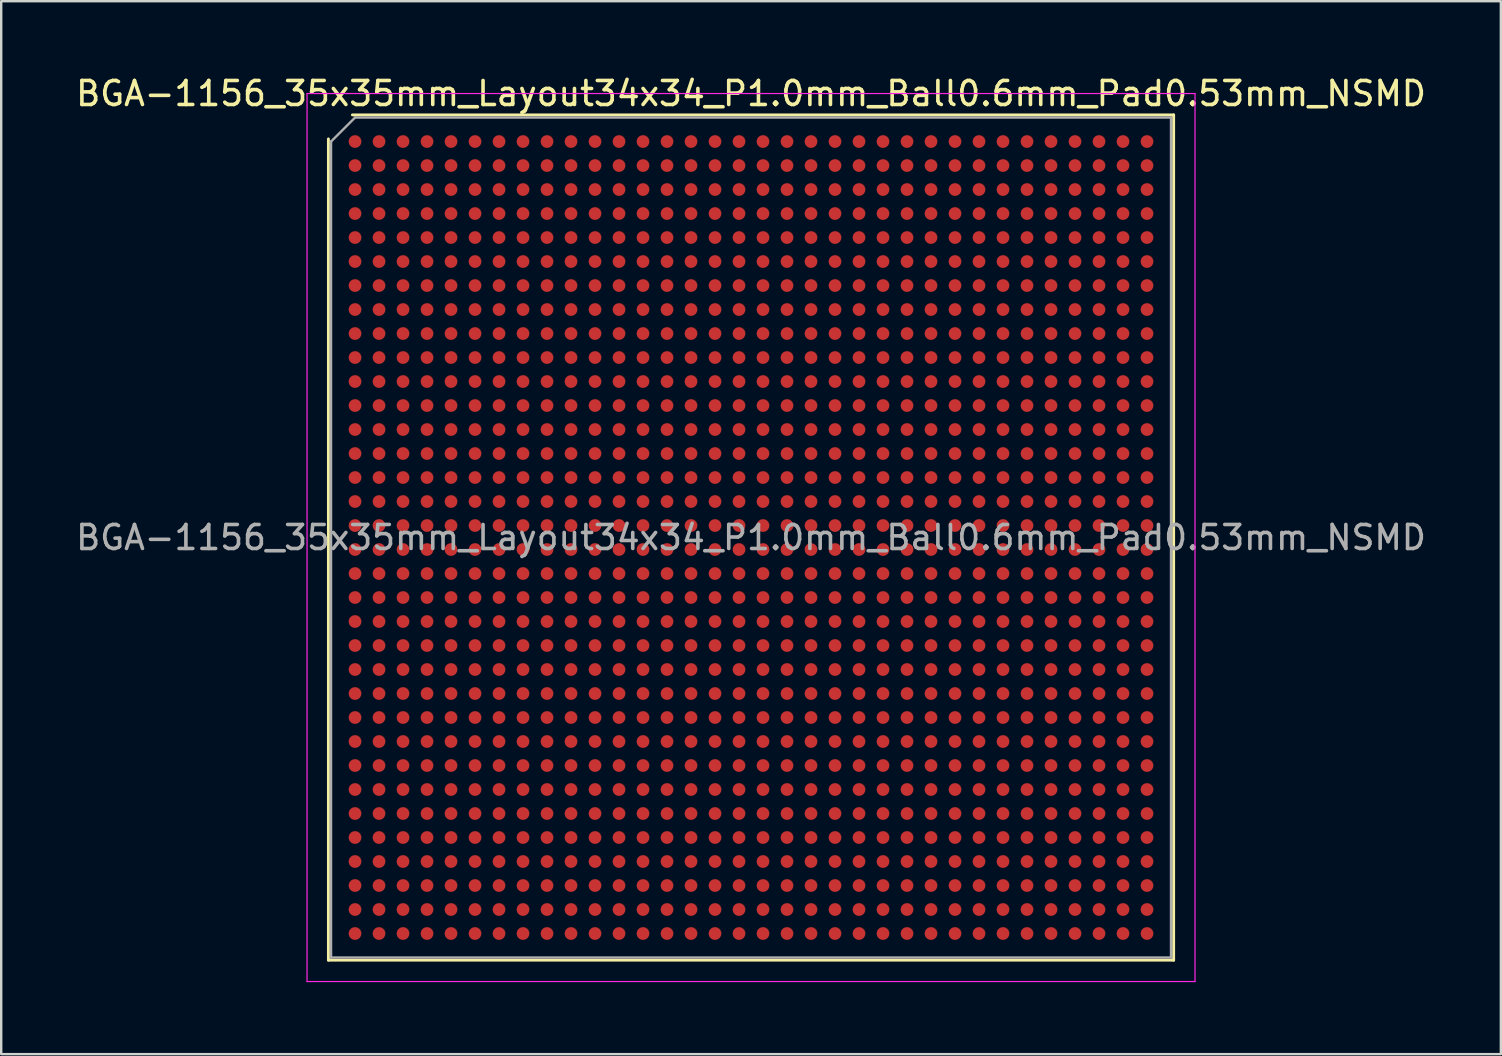
<source format=kicad_pcb>
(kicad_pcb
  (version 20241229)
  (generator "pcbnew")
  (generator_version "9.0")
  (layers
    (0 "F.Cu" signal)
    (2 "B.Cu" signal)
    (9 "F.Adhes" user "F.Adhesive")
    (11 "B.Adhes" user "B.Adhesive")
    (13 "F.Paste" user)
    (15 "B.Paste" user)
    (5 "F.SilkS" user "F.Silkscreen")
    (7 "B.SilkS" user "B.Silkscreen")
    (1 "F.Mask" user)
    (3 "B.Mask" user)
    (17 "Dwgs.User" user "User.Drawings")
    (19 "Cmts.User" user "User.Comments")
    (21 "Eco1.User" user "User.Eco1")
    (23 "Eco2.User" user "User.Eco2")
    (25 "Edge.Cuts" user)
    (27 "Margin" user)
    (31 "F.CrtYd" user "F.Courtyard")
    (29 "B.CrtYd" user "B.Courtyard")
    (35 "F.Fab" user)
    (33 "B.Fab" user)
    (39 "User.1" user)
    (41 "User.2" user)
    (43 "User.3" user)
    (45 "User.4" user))
  (footprint "BGA-1156_35x35mm_Layout34x34_P1.0mm_Ball0.6mm_Pad0.53mm_NSMD"
    (layer "F.Cu")
    (at 28.244 19.348)
    (property "Reference" "BGA-1156_35x35mm_Layout34x34_P1.0mm_Ball0.6mm_Pad0.53mm_NSMD" (at 0 -18.5 0) (layer "F.SilkS") (effects (font (size 1 1) (thickness 0.15))))
    (attr smd)
    (fp_line (start -17.61 17.61) (end -17.61 -16.61) (stroke (width 0.12) (type solid)) (layer "F.SilkS"))
    (fp_line (start -16.61 -17.61) (end 17.61 -17.61) (stroke (width 0.12) (type solid)) (layer "F.SilkS"))
    (fp_line (start 17.61 -17.61) (end 17.61 17.61) (stroke (width 0.12) (type solid)) (layer "F.SilkS"))
    (fp_line (start 17.61 17.61) (end -17.61 17.61) (stroke (width 0.12) (type solid)) (layer "F.SilkS"))
    (fp_line (start -18.5 -18.5) (end -18.5 18.5) (stroke (width 0.05) (type solid)) (layer "F.CrtYd"))
    (fp_line (start -18.5 18.5) (end 18.5 18.5) (stroke (width 0.05) (type solid)) (layer "F.CrtYd"))
    (fp_line (start 18.5 -18.5) (end -18.5 -18.5) (stroke (width 0.05) (type solid)) (layer "F.CrtYd"))
    (fp_line (start 18.5 18.5) (end 18.5 -18.5) (stroke (width 0.05) (type solid)) (layer "F.CrtYd"))
    (fp_line (start -17.5 -16.5) (end -16.5 -17.5) (stroke (width 0.1) (type solid)) (layer "F.Fab"))
    (fp_line (start -17.5 17.5) (end -17.5 -16.5) (stroke (width 0.1) (type solid)) (layer "F.Fab"))
    (fp_line (start -16.5 -17.5) (end 17.5 -17.5) (stroke (width 0.1) (type solid)) (layer "F.Fab"))
    (fp_line (start 17.5 -17.5) (end 17.5 17.5) (stroke (width 0.1) (type solid)) (layer "F.Fab"))
    (fp_line (start 17.5 17.5) (end -17.5 17.5) (stroke (width 0.1) (type solid)) (layer "F.Fab"))
    (fp_text user "${REFERENCE}" (at 0 0 0) (layer "F.Fab") (effects (font (size 1 1) (thickness 0.15))))
    (pad "A1" smd circle (at -16.5 -16.5) (size 0.53 0.53) (layers "F.Cu" "F.Mask" "F.Paste"))
    (pad "A2" smd circle (at -15.5 -16.5) (size 0.53 0.53) (layers "F.Cu" "F.Mask" "F.Paste"))
    (pad "A3" smd circle (at -14.5 -16.5) (size 0.53 0.53) (layers "F.Cu" "F.Mask" "F.Paste"))
    (pad "A4" smd circle (at -13.5 -16.5) (size 0.53 0.53) (layers "F.Cu" "F.Mask" "F.Paste"))
    (pad "A5" smd circle (at -12.5 -16.5) (size 0.53 0.53) (layers "F.Cu" "F.Mask" "F.Paste"))
    (pad "A6" smd circle (at -11.5 -16.5) (size 0.53 0.53) (layers "F.Cu" "F.Mask" "F.Paste"))
    (pad "A7" smd circle (at -10.5 -16.5) (size 0.53 0.53) (layers "F.Cu" "F.Mask" "F.Paste"))
    (pad "A8" smd circle (at -9.5 -16.5) (size 0.53 0.53) (layers "F.Cu" "F.Mask" "F.Paste"))
    (pad "A9" smd circle (at -8.5 -16.5) (size 0.53 0.53) (layers "F.Cu" "F.Mask" "F.Paste"))
    (pad "A10" smd circle (at -7.5 -16.5) (size 0.53 0.53) (layers "F.Cu" "F.Mask" "F.Paste"))
    (pad "A11" smd circle (at -6.5 -16.5) (size 0.53 0.53) (layers "F.Cu" "F.Mask" "F.Paste"))
    (pad "A12" smd circle (at -5.5 -16.5) (size 0.53 0.53) (layers "F.Cu" "F.Mask" "F.Paste"))
    (pad "A13" smd circle (at -4.5 -16.5) (size 0.53 0.53) (layers "F.Cu" "F.Mask" "F.Paste"))
    (pad "A14" smd circle (at -3.5 -16.5) (size 0.53 0.53) (layers "F.Cu" "F.Mask" "F.Paste"))
    (pad "A15" smd circle (at -2.5 -16.5) (size 0.53 0.53) (layers "F.Cu" "F.Mask" "F.Paste"))
    (pad "A16" smd circle (at -1.5 -16.5) (size 0.53 0.53) (layers "F.Cu" "F.Mask" "F.Paste"))
    (pad "A17" smd circle (at -0.5 -16.5) (size 0.53 0.53) (layers "F.Cu" "F.Mask" "F.Paste"))
    (pad "A18" smd circle (at 0.5 -16.5) (size 0.53 0.53) (layers "F.Cu" "F.Mask" "F.Paste"))
    (pad "A19" smd circle (at 1.5 -16.5) (size 0.53 0.53) (layers "F.Cu" "F.Mask" "F.Paste"))
    (pad "A20" smd circle (at 2.5 -16.5) (size 0.53 0.53) (layers "F.Cu" "F.Mask" "F.Paste"))
    (pad "A21" smd circle (at 3.5 -16.5) (size 0.53 0.53) (layers "F.Cu" "F.Mask" "F.Paste"))
    (pad "A22" smd circle (at 4.5 -16.5) (size 0.53 0.53) (layers "F.Cu" "F.Mask" "F.Paste"))
    (pad "A23" smd circle (at 5.5 -16.5) (size 0.53 0.53) (layers "F.Cu" "F.Mask" "F.Paste"))
    (pad "A24" smd circle (at 6.5 -16.5) (size 0.53 0.53) (layers "F.Cu" "F.Mask" "F.Paste"))
    (pad "A25" smd circle (at 7.5 -16.5) (size 0.53 0.53) (layers "F.Cu" "F.Mask" "F.Paste"))
    (pad "A26" smd circle (at 8.5 -16.5) (size 0.53 0.53) (layers "F.Cu" "F.Mask" "F.Paste"))
    (pad "A27" smd circle (at 9.5 -16.5) (size 0.53 0.53) (layers "F.Cu" "F.Mask" "F.Paste"))
    (pad "A28" smd circle (at 10.5 -16.5) (size 0.53 0.53) (layers "F.Cu" "F.Mask" "F.Paste"))
    (pad "A29" smd circle (at 11.5 -16.5) (size 0.53 0.53) (layers "F.Cu" "F.Mask" "F.Paste"))
    (pad "A30" smd circle (at 12.5 -16.5) (size 0.53 0.53) (layers "F.Cu" "F.Mask" "F.Paste"))
    (pad "A31" smd circle (at 13.5 -16.5) (size 0.53 0.53) (layers "F.Cu" "F.Mask" "F.Paste"))
    (pad "A32" smd circle (at 14.5 -16.5) (size 0.53 0.53) (layers "F.Cu" "F.Mask" "F.Paste"))
    (pad "A33" smd circle (at 15.5 -16.5) (size 0.53 0.53) (layers "F.Cu" "F.Mask" "F.Paste"))
    (pad "A34" smd circle (at 16.5 -16.5) (size 0.53 0.53) (layers "F.Cu" "F.Mask" "F.Paste"))
    (pad "AA1" smd circle (at -16.5 3.5) (size 0.53 0.53) (layers "F.Cu" "F.Mask" "F.Paste"))
    (pad "AA2" smd circle (at -15.5 3.5) (size 0.53 0.53) (layers "F.Cu" "F.Mask" "F.Paste"))
    (pad "AA3" smd circle (at -14.5 3.5) (size 0.53 0.53) (layers "F.Cu" "F.Mask" "F.Paste"))
    (pad "AA4" smd circle (at -13.5 3.5) (size 0.53 0.53) (layers "F.Cu" "F.Mask" "F.Paste"))
    (pad "AA5" smd circle (at -12.5 3.5) (size 0.53 0.53) (layers "F.Cu" "F.Mask" "F.Paste"))
    (pad "AA6" smd circle (at -11.5 3.5) (size 0.53 0.53) (layers "F.Cu" "F.Mask" "F.Paste"))
    (pad "AA7" smd circle (at -10.5 3.5) (size 0.53 0.53) (layers "F.Cu" "F.Mask" "F.Paste"))
    (pad "AA8" smd circle (at -9.5 3.5) (size 0.53 0.53) (layers "F.Cu" "F.Mask" "F.Paste"))
    (pad "AA9" smd circle (at -8.5 3.5) (size 0.53 0.53) (layers "F.Cu" "F.Mask" "F.Paste"))
    (pad "AA10" smd circle (at -7.5 3.5) (size 0.53 0.53) (layers "F.Cu" "F.Mask" "F.Paste"))
    (pad "AA11" smd circle (at -6.5 3.5) (size 0.53 0.53) (layers "F.Cu" "F.Mask" "F.Paste"))
    (pad "AA12" smd circle (at -5.5 3.5) (size 0.53 0.53) (layers "F.Cu" "F.Mask" "F.Paste"))
    (pad "AA13" smd circle (at -4.5 3.5) (size 0.53 0.53) (layers "F.Cu" "F.Mask" "F.Paste"))
    (pad "AA14" smd circle (at -3.5 3.5) (size 0.53 0.53) (layers "F.Cu" "F.Mask" "F.Paste"))
    (pad "AA15" smd circle (at -2.5 3.5) (size 0.53 0.53) (layers "F.Cu" "F.Mask" "F.Paste"))
    (pad "AA16" smd circle (at -1.5 3.5) (size 0.53 0.53) (layers "F.Cu" "F.Mask" "F.Paste"))
    (pad "AA17" smd circle (at -0.5 3.5) (size 0.53 0.53) (layers "F.Cu" "F.Mask" "F.Paste"))
    (pad "AA18" smd circle (at 0.5 3.5) (size 0.53 0.53) (layers "F.Cu" "F.Mask" "F.Paste"))
    (pad "AA19" smd circle (at 1.5 3.5) (size 0.53 0.53) (layers "F.Cu" "F.Mask" "F.Paste"))
    (pad "AA20" smd circle (at 2.5 3.5) (size 0.53 0.53) (layers "F.Cu" "F.Mask" "F.Paste"))
    (pad "AA21" smd circle (at 3.5 3.5) (size 0.53 0.53) (layers "F.Cu" "F.Mask" "F.Paste"))
    (pad "AA22" smd circle (at 4.5 3.5) (size 0.53 0.53) (layers "F.Cu" "F.Mask" "F.Paste"))
    (pad "AA23" smd circle (at 5.5 3.5) (size 0.53 0.53) (layers "F.Cu" "F.Mask" "F.Paste"))
    (pad "AA24" smd circle (at 6.5 3.5) (size 0.53 0.53) (layers "F.Cu" "F.Mask" "F.Paste"))
    (pad "AA25" smd circle (at 7.5 3.5) (size 0.53 0.53) (layers "F.Cu" "F.Mask" "F.Paste"))
    (pad "AA26" smd circle (at 8.5 3.5) (size 0.53 0.53) (layers "F.Cu" "F.Mask" "F.Paste"))
    (pad "AA27" smd circle (at 9.5 3.5) (size 0.53 0.53) (layers "F.Cu" "F.Mask" "F.Paste"))
    (pad "AA28" smd circle (at 10.5 3.5) (size 0.53 0.53) (layers "F.Cu" "F.Mask" "F.Paste"))
    (pad "AA29" smd circle (at 11.5 3.5) (size 0.53 0.53) (layers "F.Cu" "F.Mask" "F.Paste"))
    (pad "AA30" smd circle (at 12.5 3.5) (size 0.53 0.53) (layers "F.Cu" "F.Mask" "F.Paste"))
    (pad "AA31" smd circle (at 13.5 3.5) (size 0.53 0.53) (layers "F.Cu" "F.Mask" "F.Paste"))
    (pad "AA32" smd circle (at 14.5 3.5) (size 0.53 0.53) (layers "F.Cu" "F.Mask" "F.Paste"))
    (pad "AA33" smd circle (at 15.5 3.5) (size 0.53 0.53) (layers "F.Cu" "F.Mask" "F.Paste"))
    (pad "AA34" smd circle (at 16.5 3.5) (size 0.53 0.53) (layers "F.Cu" "F.Mask" "F.Paste"))
    (pad "AB1" smd circle (at -16.5 4.5) (size 0.53 0.53) (layers "F.Cu" "F.Mask" "F.Paste"))
    (pad "AB2" smd circle (at -15.5 4.5) (size 0.53 0.53) (layers "F.Cu" "F.Mask" "F.Paste"))
    (pad "AB3" smd circle (at -14.5 4.5) (size 0.53 0.53) (layers "F.Cu" "F.Mask" "F.Paste"))
    (pad "AB4" smd circle (at -13.5 4.5) (size 0.53 0.53) (layers "F.Cu" "F.Mask" "F.Paste"))
    (pad "AB5" smd circle (at -12.5 4.5) (size 0.53 0.53) (layers "F.Cu" "F.Mask" "F.Paste"))
    (pad "AB6" smd circle (at -11.5 4.5) (size 0.53 0.53) (layers "F.Cu" "F.Mask" "F.Paste"))
    (pad "AB7" smd circle (at -10.5 4.5) (size 0.53 0.53) (layers "F.Cu" "F.Mask" "F.Paste"))
    (pad "AB8" smd circle (at -9.5 4.5) (size 0.53 0.53) (layers "F.Cu" "F.Mask" "F.Paste"))
    (pad "AB9" smd circle (at -8.5 4.5) (size 0.53 0.53) (layers "F.Cu" "F.Mask" "F.Paste"))
    (pad "AB10" smd circle (at -7.5 4.5) (size 0.53 0.53) (layers "F.Cu" "F.Mask" "F.Paste"))
    (pad "AB11" smd circle (at -6.5 4.5) (size 0.53 0.53) (layers "F.Cu" "F.Mask" "F.Paste"))
    (pad "AB12" smd circle (at -5.5 4.5) (size 0.53 0.53) (layers "F.Cu" "F.Mask" "F.Paste"))
    (pad "AB13" smd circle (at -4.5 4.5) (size 0.53 0.53) (layers "F.Cu" "F.Mask" "F.Paste"))
    (pad "AB14" smd circle (at -3.5 4.5) (size 0.53 0.53) (layers "F.Cu" "F.Mask" "F.Paste"))
    (pad "AB15" smd circle (at -2.5 4.5) (size 0.53 0.53) (layers "F.Cu" "F.Mask" "F.Paste"))
    (pad "AB16" smd circle (at -1.5 4.5) (size 0.53 0.53) (layers "F.Cu" "F.Mask" "F.Paste"))
    (pad "AB17" smd circle (at -0.5 4.5) (size 0.53 0.53) (layers "F.Cu" "F.Mask" "F.Paste"))
    (pad "AB18" smd circle (at 0.5 4.5) (size 0.53 0.53) (layers "F.Cu" "F.Mask" "F.Paste"))
    (pad "AB19" smd circle (at 1.5 4.5) (size 0.53 0.53) (layers "F.Cu" "F.Mask" "F.Paste"))
    (pad "AB20" smd circle (at 2.5 4.5) (size 0.53 0.53) (layers "F.Cu" "F.Mask" "F.Paste"))
    (pad "AB21" smd circle (at 3.5 4.5) (size 0.53 0.53) (layers "F.Cu" "F.Mask" "F.Paste"))
    (pad "AB22" smd circle (at 4.5 4.5) (size 0.53 0.53) (layers "F.Cu" "F.Mask" "F.Paste"))
    (pad "AB23" smd circle (at 5.5 4.5) (size 0.53 0.53) (layers "F.Cu" "F.Mask" "F.Paste"))
    (pad "AB24" smd circle (at 6.5 4.5) (size 0.53 0.53) (layers "F.Cu" "F.Mask" "F.Paste"))
    (pad "AB25" smd circle (at 7.5 4.5) (size 0.53 0.53) (layers "F.Cu" "F.Mask" "F.Paste"))
    (pad "AB26" smd circle (at 8.5 4.5) (size 0.53 0.53) (layers "F.Cu" "F.Mask" "F.Paste"))
    (pad "AB27" smd circle (at 9.5 4.5) (size 0.53 0.53) (layers "F.Cu" "F.Mask" "F.Paste"))
    (pad "AB28" smd circle (at 10.5 4.5) (size 0.53 0.53) (layers "F.Cu" "F.Mask" "F.Paste"))
    (pad "AB29" smd circle (at 11.5 4.5) (size 0.53 0.53) (layers "F.Cu" "F.Mask" "F.Paste"))
    (pad "AB30" smd circle (at 12.5 4.5) (size 0.53 0.53) (layers "F.Cu" "F.Mask" "F.Paste"))
    (pad "AB31" smd circle (at 13.5 4.5) (size 0.53 0.53) (layers "F.Cu" "F.Mask" "F.Paste"))
    (pad "AB32" smd circle (at 14.5 4.5) (size 0.53 0.53) (layers "F.Cu" "F.Mask" "F.Paste"))
    (pad "AB33" smd circle (at 15.5 4.5) (size 0.53 0.53) (layers "F.Cu" "F.Mask" "F.Paste"))
    (pad "AB34" smd circle (at 16.5 4.5) (size 0.53 0.53) (layers "F.Cu" "F.Mask" "F.Paste"))
    (pad "AC1" smd circle (at -16.5 5.5) (size 0.53 0.53) (layers "F.Cu" "F.Mask" "F.Paste"))
    (pad "AC2" smd circle (at -15.5 5.5) (size 0.53 0.53) (layers "F.Cu" "F.Mask" "F.Paste"))
    (pad "AC3" smd circle (at -14.5 5.5) (size 0.53 0.53) (layers "F.Cu" "F.Mask" "F.Paste"))
    (pad "AC4" smd circle (at -13.5 5.5) (size 0.53 0.53) (layers "F.Cu" "F.Mask" "F.Paste"))
    (pad "AC5" smd circle (at -12.5 5.5) (size 0.53 0.53) (layers "F.Cu" "F.Mask" "F.Paste"))
    (pad "AC6" smd circle (at -11.5 5.5) (size 0.53 0.53) (layers "F.Cu" "F.Mask" "F.Paste"))
    (pad "AC7" smd circle (at -10.5 5.5) (size 0.53 0.53) (layers "F.Cu" "F.Mask" "F.Paste"))
    (pad "AC8" smd circle (at -9.5 5.5) (size 0.53 0.53) (layers "F.Cu" "F.Mask" "F.Paste"))
    (pad "AC9" smd circle (at -8.5 5.5) (size 0.53 0.53) (layers "F.Cu" "F.Mask" "F.Paste"))
    (pad "AC10" smd circle (at -7.5 5.5) (size 0.53 0.53) (layers "F.Cu" "F.Mask" "F.Paste"))
    (pad "AC11" smd circle (at -6.5 5.5) (size 0.53 0.53) (layers "F.Cu" "F.Mask" "F.Paste"))
    (pad "AC12" smd circle (at -5.5 5.5) (size 0.53 0.53) (layers "F.Cu" "F.Mask" "F.Paste"))
    (pad "AC13" smd circle (at -4.5 5.5) (size 0.53 0.53) (layers "F.Cu" "F.Mask" "F.Paste"))
    (pad "AC14" smd circle (at -3.5 5.5) (size 0.53 0.53) (layers "F.Cu" "F.Mask" "F.Paste"))
    (pad "AC15" smd circle (at -2.5 5.5) (size 0.53 0.53) (layers "F.Cu" "F.Mask" "F.Paste"))
    (pad "AC16" smd circle (at -1.5 5.5) (size 0.53 0.53) (layers "F.Cu" "F.Mask" "F.Paste"))
    (pad "AC17" smd circle (at -0.5 5.5) (size 0.53 0.53) (layers "F.Cu" "F.Mask" "F.Paste"))
    (pad "AC18" smd circle (at 0.5 5.5) (size 0.53 0.53) (layers "F.Cu" "F.Mask" "F.Paste"))
    (pad "AC19" smd circle (at 1.5 5.5) (size 0.53 0.53) (layers "F.Cu" "F.Mask" "F.Paste"))
    (pad "AC20" smd circle (at 2.5 5.5) (size 0.53 0.53) (layers "F.Cu" "F.Mask" "F.Paste"))
    (pad "AC21" smd circle (at 3.5 5.5) (size 0.53 0.53) (layers "F.Cu" "F.Mask" "F.Paste"))
    (pad "AC22" smd circle (at 4.5 5.5) (size 0.53 0.53) (layers "F.Cu" "F.Mask" "F.Paste"))
    (pad "AC23" smd circle (at 5.5 5.5) (size 0.53 0.53) (layers "F.Cu" "F.Mask" "F.Paste"))
    (pad "AC24" smd circle (at 6.5 5.5) (size 0.53 0.53) (layers "F.Cu" "F.Mask" "F.Paste"))
    (pad "AC25" smd circle (at 7.5 5.5) (size 0.53 0.53) (layers "F.Cu" "F.Mask" "F.Paste"))
    (pad "AC26" smd circle (at 8.5 5.5) (size 0.53 0.53) (layers "F.Cu" "F.Mask" "F.Paste"))
    (pad "AC27" smd circle (at 9.5 5.5) (size 0.53 0.53) (layers "F.Cu" "F.Mask" "F.Paste"))
    (pad "AC28" smd circle (at 10.5 5.5) (size 0.53 0.53) (layers "F.Cu" "F.Mask" "F.Paste"))
    (pad "AC29" smd circle (at 11.5 5.5) (size 0.53 0.53) (layers "F.Cu" "F.Mask" "F.Paste"))
    (pad "AC30" smd circle (at 12.5 5.5) (size 0.53 0.53) (layers "F.Cu" "F.Mask" "F.Paste"))
    (pad "AC31" smd circle (at 13.5 5.5) (size 0.53 0.53) (layers "F.Cu" "F.Mask" "F.Paste"))
    (pad "AC32" smd circle (at 14.5 5.5) (size 0.53 0.53) (layers "F.Cu" "F.Mask" "F.Paste"))
    (pad "AC33" smd circle (at 15.5 5.5) (size 0.53 0.53) (layers "F.Cu" "F.Mask" "F.Paste"))
    (pad "AC34" smd circle (at 16.5 5.5) (size 0.53 0.53) (layers "F.Cu" "F.Mask" "F.Paste"))
    (pad "AD1" smd circle (at -16.5 6.5) (size 0.53 0.53) (layers "F.Cu" "F.Mask" "F.Paste"))
    (pad "AD2" smd circle (at -15.5 6.5) (size 0.53 0.53) (layers "F.Cu" "F.Mask" "F.Paste"))
    (pad "AD3" smd circle (at -14.5 6.5) (size 0.53 0.53) (layers "F.Cu" "F.Mask" "F.Paste"))
    (pad "AD4" smd circle (at -13.5 6.5) (size 0.53 0.53) (layers "F.Cu" "F.Mask" "F.Paste"))
    (pad "AD5" smd circle (at -12.5 6.5) (size 0.53 0.53) (layers "F.Cu" "F.Mask" "F.Paste"))
    (pad "AD6" smd circle (at -11.5 6.5) (size 0.53 0.53) (layers "F.Cu" "F.Mask" "F.Paste"))
    (pad "AD7" smd circle (at -10.5 6.5) (size 0.53 0.53) (layers "F.Cu" "F.Mask" "F.Paste"))
    (pad "AD8" smd circle (at -9.5 6.5) (size 0.53 0.53) (layers "F.Cu" "F.Mask" "F.Paste"))
    (pad "AD9" smd circle (at -8.5 6.5) (size 0.53 0.53) (layers "F.Cu" "F.Mask" "F.Paste"))
    (pad "AD10" smd circle (at -7.5 6.5) (size 0.53 0.53) (layers "F.Cu" "F.Mask" "F.Paste"))
    (pad "AD11" smd circle (at -6.5 6.5) (size 0.53 0.53) (layers "F.Cu" "F.Mask" "F.Paste"))
    (pad "AD12" smd circle (at -5.5 6.5) (size 0.53 0.53) (layers "F.Cu" "F.Mask" "F.Paste"))
    (pad "AD13" smd circle (at -4.5 6.5) (size 0.53 0.53) (layers "F.Cu" "F.Mask" "F.Paste"))
    (pad "AD14" smd circle (at -3.5 6.5) (size 0.53 0.53) (layers "F.Cu" "F.Mask" "F.Paste"))
    (pad "AD15" smd circle (at -2.5 6.5) (size 0.53 0.53) (layers "F.Cu" "F.Mask" "F.Paste"))
    (pad "AD16" smd circle (at -1.5 6.5) (size 0.53 0.53) (layers "F.Cu" "F.Mask" "F.Paste"))
    (pad "AD17" smd circle (at -0.5 6.5) (size 0.53 0.53) (layers "F.Cu" "F.Mask" "F.Paste"))
    (pad "AD18" smd circle (at 0.5 6.5) (size 0.53 0.53) (layers "F.Cu" "F.Mask" "F.Paste"))
    (pad "AD19" smd circle (at 1.5 6.5) (size 0.53 0.53) (layers "F.Cu" "F.Mask" "F.Paste"))
    (pad "AD20" smd circle (at 2.5 6.5) (size 0.53 0.53) (layers "F.Cu" "F.Mask" "F.Paste"))
    (pad "AD21" smd circle (at 3.5 6.5) (size 0.53 0.53) (layers "F.Cu" "F.Mask" "F.Paste"))
    (pad "AD22" smd circle (at 4.5 6.5) (size 0.53 0.53) (layers "F.Cu" "F.Mask" "F.Paste"))
    (pad "AD23" smd circle (at 5.5 6.5) (size 0.53 0.53) (layers "F.Cu" "F.Mask" "F.Paste"))
    (pad "AD24" smd circle (at 6.5 6.5) (size 0.53 0.53) (layers "F.Cu" "F.Mask" "F.Paste"))
    (pad "AD25" smd circle (at 7.5 6.5) (size 0.53 0.53) (layers "F.Cu" "F.Mask" "F.Paste"))
    (pad "AD26" smd circle (at 8.5 6.5) (size 0.53 0.53) (layers "F.Cu" "F.Mask" "F.Paste"))
    (pad "AD27" smd circle (at 9.5 6.5) (size 0.53 0.53) (layers "F.Cu" "F.Mask" "F.Paste"))
    (pad "AD28" smd circle (at 10.5 6.5) (size 0.53 0.53) (layers "F.Cu" "F.Mask" "F.Paste"))
    (pad "AD29" smd circle (at 11.5 6.5) (size 0.53 0.53) (layers "F.Cu" "F.Mask" "F.Paste"))
    (pad "AD30" smd circle (at 12.5 6.5) (size 0.53 0.53) (layers "F.Cu" "F.Mask" "F.Paste"))
    (pad "AD31" smd circle (at 13.5 6.5) (size 0.53 0.53) (layers "F.Cu" "F.Mask" "F.Paste"))
    (pad "AD32" smd circle (at 14.5 6.5) (size 0.53 0.53) (layers "F.Cu" "F.Mask" "F.Paste"))
    (pad "AD33" smd circle (at 15.5 6.5) (size 0.53 0.53) (layers "F.Cu" "F.Mask" "F.Paste"))
    (pad "AD34" smd circle (at 16.5 6.5) (size 0.53 0.53) (layers "F.Cu" "F.Mask" "F.Paste"))
    (pad "AE1" smd circle (at -16.5 7.5) (size 0.53 0.53) (layers "F.Cu" "F.Mask" "F.Paste"))
    (pad "AE2" smd circle (at -15.5 7.5) (size 0.53 0.53) (layers "F.Cu" "F.Mask" "F.Paste"))
    (pad "AE3" smd circle (at -14.5 7.5) (size 0.53 0.53) (layers "F.Cu" "F.Mask" "F.Paste"))
    (pad "AE4" smd circle (at -13.5 7.5) (size 0.53 0.53) (layers "F.Cu" "F.Mask" "F.Paste"))
    (pad "AE5" smd circle (at -12.5 7.5) (size 0.53 0.53) (layers "F.Cu" "F.Mask" "F.Paste"))
    (pad "AE6" smd circle (at -11.5 7.5) (size 0.53 0.53) (layers "F.Cu" "F.Mask" "F.Paste"))
    (pad "AE7" smd circle (at -10.5 7.5) (size 0.53 0.53) (layers "F.Cu" "F.Mask" "F.Paste"))
    (pad "AE8" smd circle (at -9.5 7.5) (size 0.53 0.53) (layers "F.Cu" "F.Mask" "F.Paste"))
    (pad "AE9" smd circle (at -8.5 7.5) (size 0.53 0.53) (layers "F.Cu" "F.Mask" "F.Paste"))
    (pad "AE10" smd circle (at -7.5 7.5) (size 0.53 0.53) (layers "F.Cu" "F.Mask" "F.Paste"))
    (pad "AE11" smd circle (at -6.5 7.5) (size 0.53 0.53) (layers "F.Cu" "F.Mask" "F.Paste"))
    (pad "AE12" smd circle (at -5.5 7.5) (size 0.53 0.53) (layers "F.Cu" "F.Mask" "F.Paste"))
    (pad "AE13" smd circle (at -4.5 7.5) (size 0.53 0.53) (layers "F.Cu" "F.Mask" "F.Paste"))
    (pad "AE14" smd circle (at -3.5 7.5) (size 0.53 0.53) (layers "F.Cu" "F.Mask" "F.Paste"))
    (pad "AE15" smd circle (at -2.5 7.5) (size 0.53 0.53) (layers "F.Cu" "F.Mask" "F.Paste"))
    (pad "AE16" smd circle (at -1.5 7.5) (size 0.53 0.53) (layers "F.Cu" "F.Mask" "F.Paste"))
    (pad "AE17" smd circle (at -0.5 7.5) (size 0.53 0.53) (layers "F.Cu" "F.Mask" "F.Paste"))
    (pad "AE18" smd circle (at 0.5 7.5) (size 0.53 0.53) (layers "F.Cu" "F.Mask" "F.Paste"))
    (pad "AE19" smd circle (at 1.5 7.5) (size 0.53 0.53) (layers "F.Cu" "F.Mask" "F.Paste"))
    (pad "AE20" smd circle (at 2.5 7.5) (size 0.53 0.53) (layers "F.Cu" "F.Mask" "F.Paste"))
    (pad "AE21" smd circle (at 3.5 7.5) (size 0.53 0.53) (layers "F.Cu" "F.Mask" "F.Paste"))
    (pad "AE22" smd circle (at 4.5 7.5) (size 0.53 0.53) (layers "F.Cu" "F.Mask" "F.Paste"))
    (pad "AE23" smd circle (at 5.5 7.5) (size 0.53 0.53) (layers "F.Cu" "F.Mask" "F.Paste"))
    (pad "AE24" smd circle (at 6.5 7.5) (size 0.53 0.53) (layers "F.Cu" "F.Mask" "F.Paste"))
    (pad "AE25" smd circle (at 7.5 7.5) (size 0.53 0.53) (layers "F.Cu" "F.Mask" "F.Paste"))
    (pad "AE26" smd circle (at 8.5 7.5) (size 0.53 0.53) (layers "F.Cu" "F.Mask" "F.Paste"))
    (pad "AE27" smd circle (at 9.5 7.5) (size 0.53 0.53) (layers "F.Cu" "F.Mask" "F.Paste"))
    (pad "AE28" smd circle (at 10.5 7.5) (size 0.53 0.53) (layers "F.Cu" "F.Mask" "F.Paste"))
    (pad "AE29" smd circle (at 11.5 7.5) (size 0.53 0.53) (layers "F.Cu" "F.Mask" "F.Paste"))
    (pad "AE30" smd circle (at 12.5 7.5) (size 0.53 0.53) (layers "F.Cu" "F.Mask" "F.Paste"))
    (pad "AE31" smd circle (at 13.5 7.5) (size 0.53 0.53) (layers "F.Cu" "F.Mask" "F.Paste"))
    (pad "AE32" smd circle (at 14.5 7.5) (size 0.53 0.53) (layers "F.Cu" "F.Mask" "F.Paste"))
    (pad "AE33" smd circle (at 15.5 7.5) (size 0.53 0.53) (layers "F.Cu" "F.Mask" "F.Paste"))
    (pad "AE34" smd circle (at 16.5 7.5) (size 0.53 0.53) (layers "F.Cu" "F.Mask" "F.Paste"))
    (pad "AF1" smd circle (at -16.5 8.5) (size 0.53 0.53) (layers "F.Cu" "F.Mask" "F.Paste"))
    (pad "AF2" smd circle (at -15.5 8.5) (size 0.53 0.53) (layers "F.Cu" "F.Mask" "F.Paste"))
    (pad "AF3" smd circle (at -14.5 8.5) (size 0.53 0.53) (layers "F.Cu" "F.Mask" "F.Paste"))
    (pad "AF4" smd circle (at -13.5 8.5) (size 0.53 0.53) (layers "F.Cu" "F.Mask" "F.Paste"))
    (pad "AF5" smd circle (at -12.5 8.5) (size 0.53 0.53) (layers "F.Cu" "F.Mask" "F.Paste"))
    (pad "AF6" smd circle (at -11.5 8.5) (size 0.53 0.53) (layers "F.Cu" "F.Mask" "F.Paste"))
    (pad "AF7" smd circle (at -10.5 8.5) (size 0.53 0.53) (layers "F.Cu" "F.Mask" "F.Paste"))
    (pad "AF8" smd circle (at -9.5 8.5) (size 0.53 0.53) (layers "F.Cu" "F.Mask" "F.Paste"))
    (pad "AF9" smd circle (at -8.5 8.5) (size 0.53 0.53) (layers "F.Cu" "F.Mask" "F.Paste"))
    (pad "AF10" smd circle (at -7.5 8.5) (size 0.53 0.53) (layers "F.Cu" "F.Mask" "F.Paste"))
    (pad "AF11" smd circle (at -6.5 8.5) (size 0.53 0.53) (layers "F.Cu" "F.Mask" "F.Paste"))
    (pad "AF12" smd circle (at -5.5 8.5) (size 0.53 0.53) (layers "F.Cu" "F.Mask" "F.Paste"))
    (pad "AF13" smd circle (at -4.5 8.5) (size 0.53 0.53) (layers "F.Cu" "F.Mask" "F.Paste"))
    (pad "AF14" smd circle (at -3.5 8.5) (size 0.53 0.53) (layers "F.Cu" "F.Mask" "F.Paste"))
    (pad "AF15" smd circle (at -2.5 8.5) (size 0.53 0.53) (layers "F.Cu" "F.Mask" "F.Paste"))
    (pad "AF16" smd circle (at -1.5 8.5) (size 0.53 0.53) (layers "F.Cu" "F.Mask" "F.Paste"))
    (pad "AF17" smd circle (at -0.5 8.5) (size 0.53 0.53) (layers "F.Cu" "F.Mask" "F.Paste"))
    (pad "AF18" smd circle (at 0.5 8.5) (size 0.53 0.53) (layers "F.Cu" "F.Mask" "F.Paste"))
    (pad "AF19" smd circle (at 1.5 8.5) (size 0.53 0.53) (layers "F.Cu" "F.Mask" "F.Paste"))
    (pad "AF20" smd circle (at 2.5 8.5) (size 0.53 0.53) (layers "F.Cu" "F.Mask" "F.Paste"))
    (pad "AF21" smd circle (at 3.5 8.5) (size 0.53 0.53) (layers "F.Cu" "F.Mask" "F.Paste"))
    (pad "AF22" smd circle (at 4.5 8.5) (size 0.53 0.53) (layers "F.Cu" "F.Mask" "F.Paste"))
    (pad "AF23" smd circle (at 5.5 8.5) (size 0.53 0.53) (layers "F.Cu" "F.Mask" "F.Paste"))
    (pad "AF24" smd circle (at 6.5 8.5) (size 0.53 0.53) (layers "F.Cu" "F.Mask" "F.Paste"))
    (pad "AF25" smd circle (at 7.5 8.5) (size 0.53 0.53) (layers "F.Cu" "F.Mask" "F.Paste"))
    (pad "AF26" smd circle (at 8.5 8.5) (size 0.53 0.53) (layers "F.Cu" "F.Mask" "F.Paste"))
    (pad "AF27" smd circle (at 9.5 8.5) (size 0.53 0.53) (layers "F.Cu" "F.Mask" "F.Paste"))
    (pad "AF28" smd circle (at 10.5 8.5) (size 0.53 0.53) (layers "F.Cu" "F.Mask" "F.Paste"))
    (pad "AF29" smd circle (at 11.5 8.5) (size 0.53 0.53) (layers "F.Cu" "F.Mask" "F.Paste"))
    (pad "AF30" smd circle (at 12.5 8.5) (size 0.53 0.53) (layers "F.Cu" "F.Mask" "F.Paste"))
    (pad "AF31" smd circle (at 13.5 8.5) (size 0.53 0.53) (layers "F.Cu" "F.Mask" "F.Paste"))
    (pad "AF32" smd circle (at 14.5 8.5) (size 0.53 0.53) (layers "F.Cu" "F.Mask" "F.Paste"))
    (pad "AF33" smd circle (at 15.5 8.5) (size 0.53 0.53) (layers "F.Cu" "F.Mask" "F.Paste"))
    (pad "AF34" smd circle (at 16.5 8.5) (size 0.53 0.53) (layers "F.Cu" "F.Mask" "F.Paste"))
    (pad "AG1" smd circle (at -16.5 9.5) (size 0.53 0.53) (layers "F.Cu" "F.Mask" "F.Paste"))
    (pad "AG2" smd circle (at -15.5 9.5) (size 0.53 0.53) (layers "F.Cu" "F.Mask" "F.Paste"))
    (pad "AG3" smd circle (at -14.5 9.5) (size 0.53 0.53) (layers "F.Cu" "F.Mask" "F.Paste"))
    (pad "AG4" smd circle (at -13.5 9.5) (size 0.53 0.53) (layers "F.Cu" "F.Mask" "F.Paste"))
    (pad "AG5" smd circle (at -12.5 9.5) (size 0.53 0.53) (layers "F.Cu" "F.Mask" "F.Paste"))
    (pad "AG6" smd circle (at -11.5 9.5) (size 0.53 0.53) (layers "F.Cu" "F.Mask" "F.Paste"))
    (pad "AG7" smd circle (at -10.5 9.5) (size 0.53 0.53) (layers "F.Cu" "F.Mask" "F.Paste"))
    (pad "AG8" smd circle (at -9.5 9.5) (size 0.53 0.53) (layers "F.Cu" "F.Mask" "F.Paste"))
    (pad "AG9" smd circle (at -8.5 9.5) (size 0.53 0.53) (layers "F.Cu" "F.Mask" "F.Paste"))
    (pad "AG10" smd circle (at -7.5 9.5) (size 0.53 0.53) (layers "F.Cu" "F.Mask" "F.Paste"))
    (pad "AG11" smd circle (at -6.5 9.5) (size 0.53 0.53) (layers "F.Cu" "F.Mask" "F.Paste"))
    (pad "AG12" smd circle (at -5.5 9.5) (size 0.53 0.53) (layers "F.Cu" "F.Mask" "F.Paste"))
    (pad "AG13" smd circle (at -4.5 9.5) (size 0.53 0.53) (layers "F.Cu" "F.Mask" "F.Paste"))
    (pad "AG14" smd circle (at -3.5 9.5) (size 0.53 0.53) (layers "F.Cu" "F.Mask" "F.Paste"))
    (pad "AG15" smd circle (at -2.5 9.5) (size 0.53 0.53) (layers "F.Cu" "F.Mask" "F.Paste"))
    (pad "AG16" smd circle (at -1.5 9.5) (size 0.53 0.53) (layers "F.Cu" "F.Mask" "F.Paste"))
    (pad "AG17" smd circle (at -0.5 9.5) (size 0.53 0.53) (layers "F.Cu" "F.Mask" "F.Paste"))
    (pad "AG18" smd circle (at 0.5 9.5) (size 0.53 0.53) (layers "F.Cu" "F.Mask" "F.Paste"))
    (pad "AG19" smd circle (at 1.5 9.5) (size 0.53 0.53) (layers "F.Cu" "F.Mask" "F.Paste"))
    (pad "AG20" smd circle (at 2.5 9.5) (size 0.53 0.53) (layers "F.Cu" "F.Mask" "F.Paste"))
    (pad "AG21" smd circle (at 3.5 9.5) (size 0.53 0.53) (layers "F.Cu" "F.Mask" "F.Paste"))
    (pad "AG22" smd circle (at 4.5 9.5) (size 0.53 0.53) (layers "F.Cu" "F.Mask" "F.Paste"))
    (pad "AG23" smd circle (at 5.5 9.5) (size 0.53 0.53) (layers "F.Cu" "F.Mask" "F.Paste"))
    (pad "AG24" smd circle (at 6.5 9.5) (size 0.53 0.53) (layers "F.Cu" "F.Mask" "F.Paste"))
    (pad "AG25" smd circle (at 7.5 9.5) (size 0.53 0.53) (layers "F.Cu" "F.Mask" "F.Paste"))
    (pad "AG26" smd circle (at 8.5 9.5) (size 0.53 0.53) (layers "F.Cu" "F.Mask" "F.Paste"))
    (pad "AG27" smd circle (at 9.5 9.5) (size 0.53 0.53) (layers "F.Cu" "F.Mask" "F.Paste"))
    (pad "AG28" smd circle (at 10.5 9.5) (size 0.53 0.53) (layers "F.Cu" "F.Mask" "F.Paste"))
    (pad "AG29" smd circle (at 11.5 9.5) (size 0.53 0.53) (layers "F.Cu" "F.Mask" "F.Paste"))
    (pad "AG30" smd circle (at 12.5 9.5) (size 0.53 0.53) (layers "F.Cu" "F.Mask" "F.Paste"))
    (pad "AG31" smd circle (at 13.5 9.5) (size 0.53 0.53) (layers "F.Cu" "F.Mask" "F.Paste"))
    (pad "AG32" smd circle (at 14.5 9.5) (size 0.53 0.53) (layers "F.Cu" "F.Mask" "F.Paste"))
    (pad "AG33" smd circle (at 15.5 9.5) (size 0.53 0.53) (layers "F.Cu" "F.Mask" "F.Paste"))
    (pad "AG34" smd circle (at 16.5 9.5) (size 0.53 0.53) (layers "F.Cu" "F.Mask" "F.Paste"))
    (pad "AH1" smd circle (at -16.5 10.5) (size 0.53 0.53) (layers "F.Cu" "F.Mask" "F.Paste"))
    (pad "AH2" smd circle (at -15.5 10.5) (size 0.53 0.53) (layers "F.Cu" "F.Mask" "F.Paste"))
    (pad "AH3" smd circle (at -14.5 10.5) (size 0.53 0.53) (layers "F.Cu" "F.Mask" "F.Paste"))
    (pad "AH4" smd circle (at -13.5 10.5) (size 0.53 0.53) (layers "F.Cu" "F.Mask" "F.Paste"))
    (pad "AH5" smd circle (at -12.5 10.5) (size 0.53 0.53) (layers "F.Cu" "F.Mask" "F.Paste"))
    (pad "AH6" smd circle (at -11.5 10.5) (size 0.53 0.53) (layers "F.Cu" "F.Mask" "F.Paste"))
    (pad "AH7" smd circle (at -10.5 10.5) (size 0.53 0.53) (layers "F.Cu" "F.Mask" "F.Paste"))
    (pad "AH8" smd circle (at -9.5 10.5) (size 0.53 0.53) (layers "F.Cu" "F.Mask" "F.Paste"))
    (pad "AH9" smd circle (at -8.5 10.5) (size 0.53 0.53) (layers "F.Cu" "F.Mask" "F.Paste"))
    (pad "AH10" smd circle (at -7.5 10.5) (size 0.53 0.53) (layers "F.Cu" "F.Mask" "F.Paste"))
    (pad "AH11" smd circle (at -6.5 10.5) (size 0.53 0.53) (layers "F.Cu" "F.Mask" "F.Paste"))
    (pad "AH12" smd circle (at -5.5 10.5) (size 0.53 0.53) (layers "F.Cu" "F.Mask" "F.Paste"))
    (pad "AH13" smd circle (at -4.5 10.5) (size 0.53 0.53) (layers "F.Cu" "F.Mask" "F.Paste"))
    (pad "AH14" smd circle (at -3.5 10.5) (size 0.53 0.53) (layers "F.Cu" "F.Mask" "F.Paste"))
    (pad "AH15" smd circle (at -2.5 10.5) (size 0.53 0.53) (layers "F.Cu" "F.Mask" "F.Paste"))
    (pad "AH16" smd circle (at -1.5 10.5) (size 0.53 0.53) (layers "F.Cu" "F.Mask" "F.Paste"))
    (pad "AH17" smd circle (at -0.5 10.5) (size 0.53 0.53) (layers "F.Cu" "F.Mask" "F.Paste"))
    (pad "AH18" smd circle (at 0.5 10.5) (size 0.53 0.53) (layers "F.Cu" "F.Mask" "F.Paste"))
    (pad "AH19" smd circle (at 1.5 10.5) (size 0.53 0.53) (layers "F.Cu" "F.Mask" "F.Paste"))
    (pad "AH20" smd circle (at 2.5 10.5) (size 0.53 0.53) (layers "F.Cu" "F.Mask" "F.Paste"))
    (pad "AH21" smd circle (at 3.5 10.5) (size 0.53 0.53) (layers "F.Cu" "F.Mask" "F.Paste"))
    (pad "AH22" smd circle (at 4.5 10.5) (size 0.53 0.53) (layers "F.Cu" "F.Mask" "F.Paste"))
    (pad "AH23" smd circle (at 5.5 10.5) (size 0.53 0.53) (layers "F.Cu" "F.Mask" "F.Paste"))
    (pad "AH24" smd circle (at 6.5 10.5) (size 0.53 0.53) (layers "F.Cu" "F.Mask" "F.Paste"))
    (pad "AH25" smd circle (at 7.5 10.5) (size 0.53 0.53) (layers "F.Cu" "F.Mask" "F.Paste"))
    (pad "AH26" smd circle (at 8.5 10.5) (size 0.53 0.53) (layers "F.Cu" "F.Mask" "F.Paste"))
    (pad "AH27" smd circle (at 9.5 10.5) (size 0.53 0.53) (layers "F.Cu" "F.Mask" "F.Paste"))
    (pad "AH28" smd circle (at 10.5 10.5) (size 0.53 0.53) (layers "F.Cu" "F.Mask" "F.Paste"))
    (pad "AH29" smd circle (at 11.5 10.5) (size 0.53 0.53) (layers "F.Cu" "F.Mask" "F.Paste"))
    (pad "AH30" smd circle (at 12.5 10.5) (size 0.53 0.53) (layers "F.Cu" "F.Mask" "F.Paste"))
    (pad "AH31" smd circle (at 13.5 10.5) (size 0.53 0.53) (layers "F.Cu" "F.Mask" "F.Paste"))
    (pad "AH32" smd circle (at 14.5 10.5) (size 0.53 0.53) (layers "F.Cu" "F.Mask" "F.Paste"))
    (pad "AH33" smd circle (at 15.5 10.5) (size 0.53 0.53) (layers "F.Cu" "F.Mask" "F.Paste"))
    (pad "AH34" smd circle (at 16.5 10.5) (size 0.53 0.53) (layers "F.Cu" "F.Mask" "F.Paste"))
    (pad "AJ1" smd circle (at -16.5 11.5) (size 0.53 0.53) (layers "F.Cu" "F.Mask" "F.Paste"))
    (pad "AJ2" smd circle (at -15.5 11.5) (size 0.53 0.53) (layers "F.Cu" "F.Mask" "F.Paste"))
    (pad "AJ3" smd circle (at -14.5 11.5) (size 0.53 0.53) (layers "F.Cu" "F.Mask" "F.Paste"))
    (pad "AJ4" smd circle (at -13.5 11.5) (size 0.53 0.53) (layers "F.Cu" "F.Mask" "F.Paste"))
    (pad "AJ5" smd circle (at -12.5 11.5) (size 0.53 0.53) (layers "F.Cu" "F.Mask" "F.Paste"))
    (pad "AJ6" smd circle (at -11.5 11.5) (size 0.53 0.53) (layers "F.Cu" "F.Mask" "F.Paste"))
    (pad "AJ7" smd circle (at -10.5 11.5) (size 0.53 0.53) (layers "F.Cu" "F.Mask" "F.Paste"))
    (pad "AJ8" smd circle (at -9.5 11.5) (size 0.53 0.53) (layers "F.Cu" "F.Mask" "F.Paste"))
    (pad "AJ9" smd circle (at -8.5 11.5) (size 0.53 0.53) (layers "F.Cu" "F.Mask" "F.Paste"))
    (pad "AJ10" smd circle (at -7.5 11.5) (size 0.53 0.53) (layers "F.Cu" "F.Mask" "F.Paste"))
    (pad "AJ11" smd circle (at -6.5 11.5) (size 0.53 0.53) (layers "F.Cu" "F.Mask" "F.Paste"))
    (pad "AJ12" smd circle (at -5.5 11.5) (size 0.53 0.53) (layers "F.Cu" "F.Mask" "F.Paste"))
    (pad "AJ13" smd circle (at -4.5 11.5) (size 0.53 0.53) (layers "F.Cu" "F.Mask" "F.Paste"))
    (pad "AJ14" smd circle (at -3.5 11.5) (size 0.53 0.53) (layers "F.Cu" "F.Mask" "F.Paste"))
    (pad "AJ15" smd circle (at -2.5 11.5) (size 0.53 0.53) (layers "F.Cu" "F.Mask" "F.Paste"))
    (pad "AJ16" smd circle (at -1.5 11.5) (size 0.53 0.53) (layers "F.Cu" "F.Mask" "F.Paste"))
    (pad "AJ17" smd circle (at -0.5 11.5) (size 0.53 0.53) (layers "F.Cu" "F.Mask" "F.Paste"))
    (pad "AJ18" smd circle (at 0.5 11.5) (size 0.53 0.53) (layers "F.Cu" "F.Mask" "F.Paste"))
    (pad "AJ19" smd circle (at 1.5 11.5) (size 0.53 0.53) (layers "F.Cu" "F.Mask" "F.Paste"))
    (pad "AJ20" smd circle (at 2.5 11.5) (size 0.53 0.53) (layers "F.Cu" "F.Mask" "F.Paste"))
    (pad "AJ21" smd circle (at 3.5 11.5) (size 0.53 0.53) (layers "F.Cu" "F.Mask" "F.Paste"))
    (pad "AJ22" smd circle (at 4.5 11.5) (size 0.53 0.53) (layers "F.Cu" "F.Mask" "F.Paste"))
    (pad "AJ23" smd circle (at 5.5 11.5) (size 0.53 0.53) (layers "F.Cu" "F.Mask" "F.Paste"))
    (pad "AJ24" smd circle (at 6.5 11.5) (size 0.53 0.53) (layers "F.Cu" "F.Mask" "F.Paste"))
    (pad "AJ25" smd circle (at 7.5 11.5) (size 0.53 0.53) (layers "F.Cu" "F.Mask" "F.Paste"))
    (pad "AJ26" smd circle (at 8.5 11.5) (size 0.53 0.53) (layers "F.Cu" "F.Mask" "F.Paste"))
    (pad "AJ27" smd circle (at 9.5 11.5) (size 0.53 0.53) (layers "F.Cu" "F.Mask" "F.Paste"))
    (pad "AJ28" smd circle (at 10.5 11.5) (size 0.53 0.53) (layers "F.Cu" "F.Mask" "F.Paste"))
    (pad "AJ29" smd circle (at 11.5 11.5) (size 0.53 0.53) (layers "F.Cu" "F.Mask" "F.Paste"))
    (pad "AJ30" smd circle (at 12.5 11.5) (size 0.53 0.53) (layers "F.Cu" "F.Mask" "F.Paste"))
    (pad "AJ31" smd circle (at 13.5 11.5) (size 0.53 0.53) (layers "F.Cu" "F.Mask" "F.Paste"))
    (pad "AJ32" smd circle (at 14.5 11.5) (size 0.53 0.53) (layers "F.Cu" "F.Mask" "F.Paste"))
    (pad "AJ33" smd circle (at 15.5 11.5) (size 0.53 0.53) (layers "F.Cu" "F.Mask" "F.Paste"))
    (pad "AJ34" smd circle (at 16.5 11.5) (size 0.53 0.53) (layers "F.Cu" "F.Mask" "F.Paste"))
    (pad "AK1" smd circle (at -16.5 12.5) (size 0.53 0.53) (layers "F.Cu" "F.Mask" "F.Paste"))
    (pad "AK2" smd circle (at -15.5 12.5) (size 0.53 0.53) (layers "F.Cu" "F.Mask" "F.Paste"))
    (pad "AK3" smd circle (at -14.5 12.5) (size 0.53 0.53) (layers "F.Cu" "F.Mask" "F.Paste"))
    (pad "AK4" smd circle (at -13.5 12.5) (size 0.53 0.53) (layers "F.Cu" "F.Mask" "F.Paste"))
    (pad "AK5" smd circle (at -12.5 12.5) (size 0.53 0.53) (layers "F.Cu" "F.Mask" "F.Paste"))
    (pad "AK6" smd circle (at -11.5 12.5) (size 0.53 0.53) (layers "F.Cu" "F.Mask" "F.Paste"))
    (pad "AK7" smd circle (at -10.5 12.5) (size 0.53 0.53) (layers "F.Cu" "F.Mask" "F.Paste"))
    (pad "AK8" smd circle (at -9.5 12.5) (size 0.53 0.53) (layers "F.Cu" "F.Mask" "F.Paste"))
    (pad "AK9" smd circle (at -8.5 12.5) (size 0.53 0.53) (layers "F.Cu" "F.Mask" "F.Paste"))
    (pad "AK10" smd circle (at -7.5 12.5) (size 0.53 0.53) (layers "F.Cu" "F.Mask" "F.Paste"))
    (pad "AK11" smd circle (at -6.5 12.5) (size 0.53 0.53) (layers "F.Cu" "F.Mask" "F.Paste"))
    (pad "AK12" smd circle (at -5.5 12.5) (size 0.53 0.53) (layers "F.Cu" "F.Mask" "F.Paste"))
    (pad "AK13" smd circle (at -4.5 12.5) (size 0.53 0.53) (layers "F.Cu" "F.Mask" "F.Paste"))
    (pad "AK14" smd circle (at -3.5 12.5) (size 0.53 0.53) (layers "F.Cu" "F.Mask" "F.Paste"))
    (pad "AK15" smd circle (at -2.5 12.5) (size 0.53 0.53) (layers "F.Cu" "F.Mask" "F.Paste"))
    (pad "AK16" smd circle (at -1.5 12.5) (size 0.53 0.53) (layers "F.Cu" "F.Mask" "F.Paste"))
    (pad "AK17" smd circle (at -0.5 12.5) (size 0.53 0.53) (layers "F.Cu" "F.Mask" "F.Paste"))
    (pad "AK18" smd circle (at 0.5 12.5) (size 0.53 0.53) (layers "F.Cu" "F.Mask" "F.Paste"))
    (pad "AK19" smd circle (at 1.5 12.5) (size 0.53 0.53) (layers "F.Cu" "F.Mask" "F.Paste"))
    (pad "AK20" smd circle (at 2.5 12.5) (size 0.53 0.53) (layers "F.Cu" "F.Mask" "F.Paste"))
    (pad "AK21" smd circle (at 3.5 12.5) (size 0.53 0.53) (layers "F.Cu" "F.Mask" "F.Paste"))
    (pad "AK22" smd circle (at 4.5 12.5) (size 0.53 0.53) (layers "F.Cu" "F.Mask" "F.Paste"))
    (pad "AK23" smd circle (at 5.5 12.5) (size 0.53 0.53) (layers "F.Cu" "F.Mask" "F.Paste"))
    (pad "AK24" smd circle (at 6.5 12.5) (size 0.53 0.53) (layers "F.Cu" "F.Mask" "F.Paste"))
    (pad "AK25" smd circle (at 7.5 12.5) (size 0.53 0.53) (layers "F.Cu" "F.Mask" "F.Paste"))
    (pad "AK26" smd circle (at 8.5 12.5) (size 0.53 0.53) (layers "F.Cu" "F.Mask" "F.Paste"))
    (pad "AK27" smd circle (at 9.5 12.5) (size 0.53 0.53) (layers "F.Cu" "F.Mask" "F.Paste"))
    (pad "AK28" smd circle (at 10.5 12.5) (size 0.53 0.53) (layers "F.Cu" "F.Mask" "F.Paste"))
    (pad "AK29" smd circle (at 11.5 12.5) (size 0.53 0.53) (layers "F.Cu" "F.Mask" "F.Paste"))
    (pad "AK30" smd circle (at 12.5 12.5) (size 0.53 0.53) (layers "F.Cu" "F.Mask" "F.Paste"))
    (pad "AK31" smd circle (at 13.5 12.5) (size 0.53 0.53) (layers "F.Cu" "F.Mask" "F.Paste"))
    (pad "AK32" smd circle (at 14.5 12.5) (size 0.53 0.53) (layers "F.Cu" "F.Mask" "F.Paste"))
    (pad "AK33" smd circle (at 15.5 12.5) (size 0.53 0.53) (layers "F.Cu" "F.Mask" "F.Paste"))
    (pad "AK34" smd circle (at 16.5 12.5) (size 0.53 0.53) (layers "F.Cu" "F.Mask" "F.Paste"))
    (pad "AL1" smd circle (at -16.5 13.5) (size 0.53 0.53) (layers "F.Cu" "F.Mask" "F.Paste"))
    (pad "AL2" smd circle (at -15.5 13.5) (size 0.53 0.53) (layers "F.Cu" "F.Mask" "F.Paste"))
    (pad "AL3" smd circle (at -14.5 13.5) (size 0.53 0.53) (layers "F.Cu" "F.Mask" "F.Paste"))
    (pad "AL4" smd circle (at -13.5 13.5) (size 0.53 0.53) (layers "F.Cu" "F.Mask" "F.Paste"))
    (pad "AL5" smd circle (at -12.5 13.5) (size 0.53 0.53) (layers "F.Cu" "F.Mask" "F.Paste"))
    (pad "AL6" smd circle (at -11.5 13.5) (size 0.53 0.53) (layers "F.Cu" "F.Mask" "F.Paste"))
    (pad "AL7" smd circle (at -10.5 13.5) (size 0.53 0.53) (layers "F.Cu" "F.Mask" "F.Paste"))
    (pad "AL8" smd circle (at -9.5 13.5) (size 0.53 0.53) (layers "F.Cu" "F.Mask" "F.Paste"))
    (pad "AL9" smd circle (at -8.5 13.5) (size 0.53 0.53) (layers "F.Cu" "F.Mask" "F.Paste"))
    (pad "AL10" smd circle (at -7.5 13.5) (size 0.53 0.53) (layers "F.Cu" "F.Mask" "F.Paste"))
    (pad "AL11" smd circle (at -6.5 13.5) (size 0.53 0.53) (layers "F.Cu" "F.Mask" "F.Paste"))
    (pad "AL12" smd circle (at -5.5 13.5) (size 0.53 0.53) (layers "F.Cu" "F.Mask" "F.Paste"))
    (pad "AL13" smd circle (at -4.5 13.5) (size 0.53 0.53) (layers "F.Cu" "F.Mask" "F.Paste"))
    (pad "AL14" smd circle (at -3.5 13.5) (size 0.53 0.53) (layers "F.Cu" "F.Mask" "F.Paste"))
    (pad "AL15" smd circle (at -2.5 13.5) (size 0.53 0.53) (layers "F.Cu" "F.Mask" "F.Paste"))
    (pad "AL16" smd circle (at -1.5 13.5) (size 0.53 0.53) (layers "F.Cu" "F.Mask" "F.Paste"))
    (pad "AL17" smd circle (at -0.5 13.5) (size 0.53 0.53) (layers "F.Cu" "F.Mask" "F.Paste"))
    (pad "AL18" smd circle (at 0.5 13.5) (size 0.53 0.53) (layers "F.Cu" "F.Mask" "F.Paste"))
    (pad "AL19" smd circle (at 1.5 13.5) (size 0.53 0.53) (layers "F.Cu" "F.Mask" "F.Paste"))
    (pad "AL20" smd circle (at 2.5 13.5) (size 0.53 0.53) (layers "F.Cu" "F.Mask" "F.Paste"))
    (pad "AL21" smd circle (at 3.5 13.5) (size 0.53 0.53) (layers "F.Cu" "F.Mask" "F.Paste"))
    (pad "AL22" smd circle (at 4.5 13.5) (size 0.53 0.53) (layers "F.Cu" "F.Mask" "F.Paste"))
    (pad "AL23" smd circle (at 5.5 13.5) (size 0.53 0.53) (layers "F.Cu" "F.Mask" "F.Paste"))
    (pad "AL24" smd circle (at 6.5 13.5) (size 0.53 0.53) (layers "F.Cu" "F.Mask" "F.Paste"))
    (pad "AL25" smd circle (at 7.5 13.5) (size 0.53 0.53) (layers "F.Cu" "F.Mask" "F.Paste"))
    (pad "AL26" smd circle (at 8.5 13.5) (size 0.53 0.53) (layers "F.Cu" "F.Mask" "F.Paste"))
    (pad "AL27" smd circle (at 9.5 13.5) (size 0.53 0.53) (layers "F.Cu" "F.Mask" "F.Paste"))
    (pad "AL28" smd circle (at 10.5 13.5) (size 0.53 0.53) (layers "F.Cu" "F.Mask" "F.Paste"))
    (pad "AL29" smd circle (at 11.5 13.5) (size 0.53 0.53) (layers "F.Cu" "F.Mask" "F.Paste"))
    (pad "AL30" smd circle (at 12.5 13.5) (size 0.53 0.53) (layers "F.Cu" "F.Mask" "F.Paste"))
    (pad "AL31" smd circle (at 13.5 13.5) (size 0.53 0.53) (layers "F.Cu" "F.Mask" "F.Paste"))
    (pad "AL32" smd circle (at 14.5 13.5) (size 0.53 0.53) (layers "F.Cu" "F.Mask" "F.Paste"))
    (pad "AL33" smd circle (at 15.5 13.5) (size 0.53 0.53) (layers "F.Cu" "F.Mask" "F.Paste"))
    (pad "AL34" smd circle (at 16.5 13.5) (size 0.53 0.53) (layers "F.Cu" "F.Mask" "F.Paste"))
    (pad "AM1" smd circle (at -16.5 14.5) (size 0.53 0.53) (layers "F.Cu" "F.Mask" "F.Paste"))
    (pad "AM2" smd circle (at -15.5 14.5) (size 0.53 0.53) (layers "F.Cu" "F.Mask" "F.Paste"))
    (pad "AM3" smd circle (at -14.5 14.5) (size 0.53 0.53) (layers "F.Cu" "F.Mask" "F.Paste"))
    (pad "AM4" smd circle (at -13.5 14.5) (size 0.53 0.53) (layers "F.Cu" "F.Mask" "F.Paste"))
    (pad "AM5" smd circle (at -12.5 14.5) (size 0.53 0.53) (layers "F.Cu" "F.Mask" "F.Paste"))
    (pad "AM6" smd circle (at -11.5 14.5) (size 0.53 0.53) (layers "F.Cu" "F.Mask" "F.Paste"))
    (pad "AM7" smd circle (at -10.5 14.5) (size 0.53 0.53) (layers "F.Cu" "F.Mask" "F.Paste"))
    (pad "AM8" smd circle (at -9.5 14.5) (size 0.53 0.53) (layers "F.Cu" "F.Mask" "F.Paste"))
    (pad "AM9" smd circle (at -8.5 14.5) (size 0.53 0.53) (layers "F.Cu" "F.Mask" "F.Paste"))
    (pad "AM10" smd circle (at -7.5 14.5) (size 0.53 0.53) (layers "F.Cu" "F.Mask" "F.Paste"))
    (pad "AM11" smd circle (at -6.5 14.5) (size 0.53 0.53) (layers "F.Cu" "F.Mask" "F.Paste"))
    (pad "AM12" smd circle (at -5.5 14.5) (size 0.53 0.53) (layers "F.Cu" "F.Mask" "F.Paste"))
    (pad "AM13" smd circle (at -4.5 14.5) (size 0.53 0.53) (layers "F.Cu" "F.Mask" "F.Paste"))
    (pad "AM14" smd circle (at -3.5 14.5) (size 0.53 0.53) (layers "F.Cu" "F.Mask" "F.Paste"))
    (pad "AM15" smd circle (at -2.5 14.5) (size 0.53 0.53) (layers "F.Cu" "F.Mask" "F.Paste"))
    (pad "AM16" smd circle (at -1.5 14.5) (size 0.53 0.53) (layers "F.Cu" "F.Mask" "F.Paste"))
    (pad "AM17" smd circle (at -0.5 14.5) (size 0.53 0.53) (layers "F.Cu" "F.Mask" "F.Paste"))
    (pad "AM18" smd circle (at 0.5 14.5) (size 0.53 0.53) (layers "F.Cu" "F.Mask" "F.Paste"))
    (pad "AM19" smd circle (at 1.5 14.5) (size 0.53 0.53) (layers "F.Cu" "F.Mask" "F.Paste"))
    (pad "AM20" smd circle (at 2.5 14.5) (size 0.53 0.53) (layers "F.Cu" "F.Mask" "F.Paste"))
    (pad "AM21" smd circle (at 3.5 14.5) (size 0.53 0.53) (layers "F.Cu" "F.Mask" "F.Paste"))
    (pad "AM22" smd circle (at 4.5 14.5) (size 0.53 0.53) (layers "F.Cu" "F.Mask" "F.Paste"))
    (pad "AM23" smd circle (at 5.5 14.5) (size 0.53 0.53) (layers "F.Cu" "F.Mask" "F.Paste"))
    (pad "AM24" smd circle (at 6.5 14.5) (size 0.53 0.53) (layers "F.Cu" "F.Mask" "F.Paste"))
    (pad "AM25" smd circle (at 7.5 14.5) (size 0.53 0.53) (layers "F.Cu" "F.Mask" "F.Paste"))
    (pad "AM26" smd circle (at 8.5 14.5) (size 0.53 0.53) (layers "F.Cu" "F.Mask" "F.Paste"))
    (pad "AM27" smd circle (at 9.5 14.5) (size 0.53 0.53) (layers "F.Cu" "F.Mask" "F.Paste"))
    (pad "AM28" smd circle (at 10.5 14.5) (size 0.53 0.53) (layers "F.Cu" "F.Mask" "F.Paste"))
    (pad "AM29" smd circle (at 11.5 14.5) (size 0.53 0.53) (layers "F.Cu" "F.Mask" "F.Paste"))
    (pad "AM30" smd circle (at 12.5 14.5) (size 0.53 0.53) (layers "F.Cu" "F.Mask" "F.Paste"))
    (pad "AM31" smd circle (at 13.5 14.5) (size 0.53 0.53) (layers "F.Cu" "F.Mask" "F.Paste"))
    (pad "AM32" smd circle (at 14.5 14.5) (size 0.53 0.53) (layers "F.Cu" "F.Mask" "F.Paste"))
    (pad "AM33" smd circle (at 15.5 14.5) (size 0.53 0.53) (layers "F.Cu" "F.Mask" "F.Paste"))
    (pad "AM34" smd circle (at 16.5 14.5) (size 0.53 0.53) (layers "F.Cu" "F.Mask" "F.Paste"))
    (pad "AN1" smd circle (at -16.5 15.5) (size 0.53 0.53) (layers "F.Cu" "F.Mask" "F.Paste"))
    (pad "AN2" smd circle (at -15.5 15.5) (size 0.53 0.53) (layers "F.Cu" "F.Mask" "F.Paste"))
    (pad "AN3" smd circle (at -14.5 15.5) (size 0.53 0.53) (layers "F.Cu" "F.Mask" "F.Paste"))
    (pad "AN4" smd circle (at -13.5 15.5) (size 0.53 0.53) (layers "F.Cu" "F.Mask" "F.Paste"))
    (pad "AN5" smd circle (at -12.5 15.5) (size 0.53 0.53) (layers "F.Cu" "F.Mask" "F.Paste"))
    (pad "AN6" smd circle (at -11.5 15.5) (size 0.53 0.53) (layers "F.Cu" "F.Mask" "F.Paste"))
    (pad "AN7" smd circle (at -10.5 15.5) (size 0.53 0.53) (layers "F.Cu" "F.Mask" "F.Paste"))
    (pad "AN8" smd circle (at -9.5 15.5) (size 0.53 0.53) (layers "F.Cu" "F.Mask" "F.Paste"))
    (pad "AN9" smd circle (at -8.5 15.5) (size 0.53 0.53) (layers "F.Cu" "F.Mask" "F.Paste"))
    (pad "AN10" smd circle (at -7.5 15.5) (size 0.53 0.53) (layers "F.Cu" "F.Mask" "F.Paste"))
    (pad "AN11" smd circle (at -6.5 15.5) (size 0.53 0.53) (layers "F.Cu" "F.Mask" "F.Paste"))
    (pad "AN12" smd circle (at -5.5 15.5) (size 0.53 0.53) (layers "F.Cu" "F.Mask" "F.Paste"))
    (pad "AN13" smd circle (at -4.5 15.5) (size 0.53 0.53) (layers "F.Cu" "F.Mask" "F.Paste"))
    (pad "AN14" smd circle (at -3.5 15.5) (size 0.53 0.53) (layers "F.Cu" "F.Mask" "F.Paste"))
    (pad "AN15" smd circle (at -2.5 15.5) (size 0.53 0.53) (layers "F.Cu" "F.Mask" "F.Paste"))
    (pad "AN16" smd circle (at -1.5 15.5) (size 0.53 0.53) (layers "F.Cu" "F.Mask" "F.Paste"))
    (pad "AN17" smd circle (at -0.5 15.5) (size 0.53 0.53) (layers "F.Cu" "F.Mask" "F.Paste"))
    (pad "AN18" smd circle (at 0.5 15.5) (size 0.53 0.53) (layers "F.Cu" "F.Mask" "F.Paste"))
    (pad "AN19" smd circle (at 1.5 15.5) (size 0.53 0.53) (layers "F.Cu" "F.Mask" "F.Paste"))
    (pad "AN20" smd circle (at 2.5 15.5) (size 0.53 0.53) (layers "F.Cu" "F.Mask" "F.Paste"))
    (pad "AN21" smd circle (at 3.5 15.5) (size 0.53 0.53) (layers "F.Cu" "F.Mask" "F.Paste"))
    (pad "AN22" smd circle (at 4.5 15.5) (size 0.53 0.53) (layers "F.Cu" "F.Mask" "F.Paste"))
    (pad "AN23" smd circle (at 5.5 15.5) (size 0.53 0.53) (layers "F.Cu" "F.Mask" "F.Paste"))
    (pad "AN24" smd circle (at 6.5 15.5) (size 0.53 0.53) (layers "F.Cu" "F.Mask" "F.Paste"))
    (pad "AN25" smd circle (at 7.5 15.5) (size 0.53 0.53) (layers "F.Cu" "F.Mask" "F.Paste"))
    (pad "AN26" smd circle (at 8.5 15.5) (size 0.53 0.53) (layers "F.Cu" "F.Mask" "F.Paste"))
    (pad "AN27" smd circle (at 9.5 15.5) (size 0.53 0.53) (layers "F.Cu" "F.Mask" "F.Paste"))
    (pad "AN28" smd circle (at 10.5 15.5) (size 0.53 0.53) (layers "F.Cu" "F.Mask" "F.Paste"))
    (pad "AN29" smd circle (at 11.5 15.5) (size 0.53 0.53) (layers "F.Cu" "F.Mask" "F.Paste"))
    (pad "AN30" smd circle (at 12.5 15.5) (size 0.53 0.53) (layers "F.Cu" "F.Mask" "F.Paste"))
    (pad "AN31" smd circle (at 13.5 15.5) (size 0.53 0.53) (layers "F.Cu" "F.Mask" "F.Paste"))
    (pad "AN32" smd circle (at 14.5 15.5) (size 0.53 0.53) (layers "F.Cu" "F.Mask" "F.Paste"))
    (pad "AN33" smd circle (at 15.5 15.5) (size 0.53 0.53) (layers "F.Cu" "F.Mask" "F.Paste"))
    (pad "AN34" smd circle (at 16.5 15.5) (size 0.53 0.53) (layers "F.Cu" "F.Mask" "F.Paste"))
    (pad "AP1" smd circle (at -16.5 16.5) (size 0.53 0.53) (layers "F.Cu" "F.Mask" "F.Paste"))
    (pad "AP2" smd circle (at -15.5 16.5) (size 0.53 0.53) (layers "F.Cu" "F.Mask" "F.Paste"))
    (pad "AP3" smd circle (at -14.5 16.5) (size 0.53 0.53) (layers "F.Cu" "F.Mask" "F.Paste"))
    (pad "AP4" smd circle (at -13.5 16.5) (size 0.53 0.53) (layers "F.Cu" "F.Mask" "F.Paste"))
    (pad "AP5" smd circle (at -12.5 16.5) (size 0.53 0.53) (layers "F.Cu" "F.Mask" "F.Paste"))
    (pad "AP6" smd circle (at -11.5 16.5) (size 0.53 0.53) (layers "F.Cu" "F.Mask" "F.Paste"))
    (pad "AP7" smd circle (at -10.5 16.5) (size 0.53 0.53) (layers "F.Cu" "F.Mask" "F.Paste"))
    (pad "AP8" smd circle (at -9.5 16.5) (size 0.53 0.53) (layers "F.Cu" "F.Mask" "F.Paste"))
    (pad "AP9" smd circle (at -8.5 16.5) (size 0.53 0.53) (layers "F.Cu" "F.Mask" "F.Paste"))
    (pad "AP10" smd circle (at -7.5 16.5) (size 0.53 0.53) (layers "F.Cu" "F.Mask" "F.Paste"))
    (pad "AP11" smd circle (at -6.5 16.5) (size 0.53 0.53) (layers "F.Cu" "F.Mask" "F.Paste"))
    (pad "AP12" smd circle (at -5.5 16.5) (size 0.53 0.53) (layers "F.Cu" "F.Mask" "F.Paste"))
    (pad "AP13" smd circle (at -4.5 16.5) (size 0.53 0.53) (layers "F.Cu" "F.Mask" "F.Paste"))
    (pad "AP14" smd circle (at -3.5 16.5) (size 0.53 0.53) (layers "F.Cu" "F.Mask" "F.Paste"))
    (pad "AP15" smd circle (at -2.5 16.5) (size 0.53 0.53) (layers "F.Cu" "F.Mask" "F.Paste"))
    (pad "AP16" smd circle (at -1.5 16.5) (size 0.53 0.53) (layers "F.Cu" "F.Mask" "F.Paste"))
    (pad "AP17" smd circle (at -0.5 16.5) (size 0.53 0.53) (layers "F.Cu" "F.Mask" "F.Paste"))
    (pad "AP18" smd circle (at 0.5 16.5) (size 0.53 0.53) (layers "F.Cu" "F.Mask" "F.Paste"))
    (pad "AP19" smd circle (at 1.5 16.5) (size 0.53 0.53) (layers "F.Cu" "F.Mask" "F.Paste"))
    (pad "AP20" smd circle (at 2.5 16.5) (size 0.53 0.53) (layers "F.Cu" "F.Mask" "F.Paste"))
    (pad "AP21" smd circle (at 3.5 16.5) (size 0.53 0.53) (layers "F.Cu" "F.Mask" "F.Paste"))
    (pad "AP22" smd circle (at 4.5 16.5) (size 0.53 0.53) (layers "F.Cu" "F.Mask" "F.Paste"))
    (pad "AP23" smd circle (at 5.5 16.5) (size 0.53 0.53) (layers "F.Cu" "F.Mask" "F.Paste"))
    (pad "AP24" smd circle (at 6.5 16.5) (size 0.53 0.53) (layers "F.Cu" "F.Mask" "F.Paste"))
    (pad "AP25" smd circle (at 7.5 16.5) (size 0.53 0.53) (layers "F.Cu" "F.Mask" "F.Paste"))
    (pad "AP26" smd circle (at 8.5 16.5) (size 0.53 0.53) (layers "F.Cu" "F.Mask" "F.Paste"))
    (pad "AP27" smd circle (at 9.5 16.5) (size 0.53 0.53) (layers "F.Cu" "F.Mask" "F.Paste"))
    (pad "AP28" smd circle (at 10.5 16.5) (size 0.53 0.53) (layers "F.Cu" "F.Mask" "F.Paste"))
    (pad "AP29" smd circle (at 11.5 16.5) (size 0.53 0.53) (layers "F.Cu" "F.Mask" "F.Paste"))
    (pad "AP30" smd circle (at 12.5 16.5) (size 0.53 0.53) (layers "F.Cu" "F.Mask" "F.Paste"))
    (pad "AP31" smd circle (at 13.5 16.5) (size 0.53 0.53) (layers "F.Cu" "F.Mask" "F.Paste"))
    (pad "AP32" smd circle (at 14.5 16.5) (size 0.53 0.53) (layers "F.Cu" "F.Mask" "F.Paste"))
    (pad "AP33" smd circle (at 15.5 16.5) (size 0.53 0.53) (layers "F.Cu" "F.Mask" "F.Paste"))
    (pad "AP34" smd circle (at 16.5 16.5) (size 0.53 0.53) (layers "F.Cu" "F.Mask" "F.Paste"))
    (pad "B1" smd circle (at -16.5 -15.5) (size 0.53 0.53) (layers "F.Cu" "F.Mask" "F.Paste"))
    (pad "B2" smd circle (at -15.5 -15.5) (size 0.53 0.53) (layers "F.Cu" "F.Mask" "F.Paste"))
    (pad "B3" smd circle (at -14.5 -15.5) (size 0.53 0.53) (layers "F.Cu" "F.Mask" "F.Paste"))
    (pad "B4" smd circle (at -13.5 -15.5) (size 0.53 0.53) (layers "F.Cu" "F.Mask" "F.Paste"))
    (pad "B5" smd circle (at -12.5 -15.5) (size 0.53 0.53) (layers "F.Cu" "F.Mask" "F.Paste"))
    (pad "B6" smd circle (at -11.5 -15.5) (size 0.53 0.53) (layers "F.Cu" "F.Mask" "F.Paste"))
    (pad "B7" smd circle (at -10.5 -15.5) (size 0.53 0.53) (layers "F.Cu" "F.Mask" "F.Paste"))
    (pad "B8" smd circle (at -9.5 -15.5) (size 0.53 0.53) (layers "F.Cu" "F.Mask" "F.Paste"))
    (pad "B9" smd circle (at -8.5 -15.5) (size 0.53 0.53) (layers "F.Cu" "F.Mask" "F.Paste"))
    (pad "B10" smd circle (at -7.5 -15.5) (size 0.53 0.53) (layers "F.Cu" "F.Mask" "F.Paste"))
    (pad "B11" smd circle (at -6.5 -15.5) (size 0.53 0.53) (layers "F.Cu" "F.Mask" "F.Paste"))
    (pad "B12" smd circle (at -5.5 -15.5) (size 0.53 0.53) (layers "F.Cu" "F.Mask" "F.Paste"))
    (pad "B13" smd circle (at -4.5 -15.5) (size 0.53 0.53) (layers "F.Cu" "F.Mask" "F.Paste"))
    (pad "B14" smd circle (at -3.5 -15.5) (size 0.53 0.53) (layers "F.Cu" "F.Mask" "F.Paste"))
    (pad "B15" smd circle (at -2.5 -15.5) (size 0.53 0.53) (layers "F.Cu" "F.Mask" "F.Paste"))
    (pad "B16" smd circle (at -1.5 -15.5) (size 0.53 0.53) (layers "F.Cu" "F.Mask" "F.Paste"))
    (pad "B17" smd circle (at -0.5 -15.5) (size 0.53 0.53) (layers "F.Cu" "F.Mask" "F.Paste"))
    (pad "B18" smd circle (at 0.5 -15.5) (size 0.53 0.53) (layers "F.Cu" "F.Mask" "F.Paste"))
    (pad "B19" smd circle (at 1.5 -15.5) (size 0.53 0.53) (layers "F.Cu" "F.Mask" "F.Paste"))
    (pad "B20" smd circle (at 2.5 -15.5) (size 0.53 0.53) (layers "F.Cu" "F.Mask" "F.Paste"))
    (pad "B21" smd circle (at 3.5 -15.5) (size 0.53 0.53) (layers "F.Cu" "F.Mask" "F.Paste"))
    (pad "B22" smd circle (at 4.5 -15.5) (size 0.53 0.53) (layers "F.Cu" "F.Mask" "F.Paste"))
    (pad "B23" smd circle (at 5.5 -15.5) (size 0.53 0.53) (layers "F.Cu" "F.Mask" "F.Paste"))
    (pad "B24" smd circle (at 6.5 -15.5) (size 0.53 0.53) (layers "F.Cu" "F.Mask" "F.Paste"))
    (pad "B25" smd circle (at 7.5 -15.5) (size 0.53 0.53) (layers "F.Cu" "F.Mask" "F.Paste"))
    (pad "B26" smd circle (at 8.5 -15.5) (size 0.53 0.53) (layers "F.Cu" "F.Mask" "F.Paste"))
    (pad "B27" smd circle (at 9.5 -15.5) (size 0.53 0.53) (layers "F.Cu" "F.Mask" "F.Paste"))
    (pad "B28" smd circle (at 10.5 -15.5) (size 0.53 0.53) (layers "F.Cu" "F.Mask" "F.Paste"))
    (pad "B29" smd circle (at 11.5 -15.5) (size 0.53 0.53) (layers "F.Cu" "F.Mask" "F.Paste"))
    (pad "B30" smd circle (at 12.5 -15.5) (size 0.53 0.53) (layers "F.Cu" "F.Mask" "F.Paste"))
    (pad "B31" smd circle (at 13.5 -15.5) (size 0.53 0.53) (layers "F.Cu" "F.Mask" "F.Paste"))
    (pad "B32" smd circle (at 14.5 -15.5) (size 0.53 0.53) (layers "F.Cu" "F.Mask" "F.Paste"))
    (pad "B33" smd circle (at 15.5 -15.5) (size 0.53 0.53) (layers "F.Cu" "F.Mask" "F.Paste"))
    (pad "B34" smd circle (at 16.5 -15.5) (size 0.53 0.53) (layers "F.Cu" "F.Mask" "F.Paste"))
    (pad "C1" smd circle (at -16.5 -14.5) (size 0.53 0.53) (layers "F.Cu" "F.Mask" "F.Paste"))
    (pad "C2" smd circle (at -15.5 -14.5) (size 0.53 0.53) (layers "F.Cu" "F.Mask" "F.Paste"))
    (pad "C3" smd circle (at -14.5 -14.5) (size 0.53 0.53) (layers "F.Cu" "F.Mask" "F.Paste"))
    (pad "C4" smd circle (at -13.5 -14.5) (size 0.53 0.53) (layers "F.Cu" "F.Mask" "F.Paste"))
    (pad "C5" smd circle (at -12.5 -14.5) (size 0.53 0.53) (layers "F.Cu" "F.Mask" "F.Paste"))
    (pad "C6" smd circle (at -11.5 -14.5) (size 0.53 0.53) (layers "F.Cu" "F.Mask" "F.Paste"))
    (pad "C7" smd circle (at -10.5 -14.5) (size 0.53 0.53) (layers "F.Cu" "F.Mask" "F.Paste"))
    (pad "C8" smd circle (at -9.5 -14.5) (size 0.53 0.53) (layers "F.Cu" "F.Mask" "F.Paste"))
    (pad "C9" smd circle (at -8.5 -14.5) (size 0.53 0.53) (layers "F.Cu" "F.Mask" "F.Paste"))
    (pad "C10" smd circle (at -7.5 -14.5) (size 0.53 0.53) (layers "F.Cu" "F.Mask" "F.Paste"))
    (pad "C11" smd circle (at -6.5 -14.5) (size 0.53 0.53) (layers "F.Cu" "F.Mask" "F.Paste"))
    (pad "C12" smd circle (at -5.5 -14.5) (size 0.53 0.53) (layers "F.Cu" "F.Mask" "F.Paste"))
    (pad "C13" smd circle (at -4.5 -14.5) (size 0.53 0.53) (layers "F.Cu" "F.Mask" "F.Paste"))
    (pad "C14" smd circle (at -3.5 -14.5) (size 0.53 0.53) (layers "F.Cu" "F.Mask" "F.Paste"))
    (pad "C15" smd circle (at -2.5 -14.5) (size 0.53 0.53) (layers "F.Cu" "F.Mask" "F.Paste"))
    (pad "C16" smd circle (at -1.5 -14.5) (size 0.53 0.53) (layers "F.Cu" "F.Mask" "F.Paste"))
    (pad "C17" smd circle (at -0.5 -14.5) (size 0.53 0.53) (layers "F.Cu" "F.Mask" "F.Paste"))
    (pad "C18" smd circle (at 0.5 -14.5) (size 0.53 0.53) (layers "F.Cu" "F.Mask" "F.Paste"))
    (pad "C19" smd circle (at 1.5 -14.5) (size 0.53 0.53) (layers "F.Cu" "F.Mask" "F.Paste"))
    (pad "C20" smd circle (at 2.5 -14.5) (size 0.53 0.53) (layers "F.Cu" "F.Mask" "F.Paste"))
    (pad "C21" smd circle (at 3.5 -14.5) (size 0.53 0.53) (layers "F.Cu" "F.Mask" "F.Paste"))
    (pad "C22" smd circle (at 4.5 -14.5) (size 0.53 0.53) (layers "F.Cu" "F.Mask" "F.Paste"))
    (pad "C23" smd circle (at 5.5 -14.5) (size 0.53 0.53) (layers "F.Cu" "F.Mask" "F.Paste"))
    (pad "C24" smd circle (at 6.5 -14.5) (size 0.53 0.53) (layers "F.Cu" "F.Mask" "F.Paste"))
    (pad "C25" smd circle (at 7.5 -14.5) (size 0.53 0.53) (layers "F.Cu" "F.Mask" "F.Paste"))
    (pad "C26" smd circle (at 8.5 -14.5) (size 0.53 0.53) (layers "F.Cu" "F.Mask" "F.Paste"))
    (pad "C27" smd circle (at 9.5 -14.5) (size 0.53 0.53) (layers "F.Cu" "F.Mask" "F.Paste"))
    (pad "C28" smd circle (at 10.5 -14.5) (size 0.53 0.53) (layers "F.Cu" "F.Mask" "F.Paste"))
    (pad "C29" smd circle (at 11.5 -14.5) (size 0.53 0.53) (layers "F.Cu" "F.Mask" "F.Paste"))
    (pad "C30" smd circle (at 12.5 -14.5) (size 0.53 0.53) (layers "F.Cu" "F.Mask" "F.Paste"))
    (pad "C31" smd circle (at 13.5 -14.5) (size 0.53 0.53) (layers "F.Cu" "F.Mask" "F.Paste"))
    (pad "C32" smd circle (at 14.5 -14.5) (size 0.53 0.53) (layers "F.Cu" "F.Mask" "F.Paste"))
    (pad "C33" smd circle (at 15.5 -14.5) (size 0.53 0.53) (layers "F.Cu" "F.Mask" "F.Paste"))
    (pad "C34" smd circle (at 16.5 -14.5) (size 0.53 0.53) (layers "F.Cu" "F.Mask" "F.Paste"))
    (pad "D1" smd circle (at -16.5 -13.5) (size 0.53 0.53) (layers "F.Cu" "F.Mask" "F.Paste"))
    (pad "D2" smd circle (at -15.5 -13.5) (size 0.53 0.53) (layers "F.Cu" "F.Mask" "F.Paste"))
    (pad "D3" smd circle (at -14.5 -13.5) (size 0.53 0.53) (layers "F.Cu" "F.Mask" "F.Paste"))
    (pad "D4" smd circle (at -13.5 -13.5) (size 0.53 0.53) (layers "F.Cu" "F.Mask" "F.Paste"))
    (pad "D5" smd circle (at -12.5 -13.5) (size 0.53 0.53) (layers "F.Cu" "F.Mask" "F.Paste"))
    (pad "D6" smd circle (at -11.5 -13.5) (size 0.53 0.53) (layers "F.Cu" "F.Mask" "F.Paste"))
    (pad "D7" smd circle (at -10.5 -13.5) (size 0.53 0.53) (layers "F.Cu" "F.Mask" "F.Paste"))
    (pad "D8" smd circle (at -9.5 -13.5) (size 0.53 0.53) (layers "F.Cu" "F.Mask" "F.Paste"))
    (pad "D9" smd circle (at -8.5 -13.5) (size 0.53 0.53) (layers "F.Cu" "F.Mask" "F.Paste"))
    (pad "D10" smd circle (at -7.5 -13.5) (size 0.53 0.53) (layers "F.Cu" "F.Mask" "F.Paste"))
    (pad "D11" smd circle (at -6.5 -13.5) (size 0.53 0.53) (layers "F.Cu" "F.Mask" "F.Paste"))
    (pad "D12" smd circle (at -5.5 -13.5) (size 0.53 0.53) (layers "F.Cu" "F.Mask" "F.Paste"))
    (pad "D13" smd circle (at -4.5 -13.5) (size 0.53 0.53) (layers "F.Cu" "F.Mask" "F.Paste"))
    (pad "D14" smd circle (at -3.5 -13.5) (size 0.53 0.53) (layers "F.Cu" "F.Mask" "F.Paste"))
    (pad "D15" smd circle (at -2.5 -13.5) (size 0.53 0.53) (layers "F.Cu" "F.Mask" "F.Paste"))
    (pad "D16" smd circle (at -1.5 -13.5) (size 0.53 0.53) (layers "F.Cu" "F.Mask" "F.Paste"))
    (pad "D17" smd circle (at -0.5 -13.5) (size 0.53 0.53) (layers "F.Cu" "F.Mask" "F.Paste"))
    (pad "D18" smd circle (at 0.5 -13.5) (size 0.53 0.53) (layers "F.Cu" "F.Mask" "F.Paste"))
    (pad "D19" smd circle (at 1.5 -13.5) (size 0.53 0.53) (layers "F.Cu" "F.Mask" "F.Paste"))
    (pad "D20" smd circle (at 2.5 -13.5) (size 0.53 0.53) (layers "F.Cu" "F.Mask" "F.Paste"))
    (pad "D21" smd circle (at 3.5 -13.5) (size 0.53 0.53) (layers "F.Cu" "F.Mask" "F.Paste"))
    (pad "D22" smd circle (at 4.5 -13.5) (size 0.53 0.53) (layers "F.Cu" "F.Mask" "F.Paste"))
    (pad "D23" smd circle (at 5.5 -13.5) (size 0.53 0.53) (layers "F.Cu" "F.Mask" "F.Paste"))
    (pad "D24" smd circle (at 6.5 -13.5) (size 0.53 0.53) (layers "F.Cu" "F.Mask" "F.Paste"))
    (pad "D25" smd circle (at 7.5 -13.5) (size 0.53 0.53) (layers "F.Cu" "F.Mask" "F.Paste"))
    (pad "D26" smd circle (at 8.5 -13.5) (size 0.53 0.53) (layers "F.Cu" "F.Mask" "F.Paste"))
    (pad "D27" smd circle (at 9.5 -13.5) (size 0.53 0.53) (layers "F.Cu" "F.Mask" "F.Paste"))
    (pad "D28" smd circle (at 10.5 -13.5) (size 0.53 0.53) (layers "F.Cu" "F.Mask" "F.Paste"))
    (pad "D29" smd circle (at 11.5 -13.5) (size 0.53 0.53) (layers "F.Cu" "F.Mask" "F.Paste"))
    (pad "D30" smd circle (at 12.5 -13.5) (size 0.53 0.53) (layers "F.Cu" "F.Mask" "F.Paste"))
    (pad "D31" smd circle (at 13.5 -13.5) (size 0.53 0.53) (layers "F.Cu" "F.Mask" "F.Paste"))
    (pad "D32" smd circle (at 14.5 -13.5) (size 0.53 0.53) (layers "F.Cu" "F.Mask" "F.Paste"))
    (pad "D33" smd circle (at 15.5 -13.5) (size 0.53 0.53) (layers "F.Cu" "F.Mask" "F.Paste"))
    (pad "D34" smd circle (at 16.5 -13.5) (size 0.53 0.53) (layers "F.Cu" "F.Mask" "F.Paste"))
    (pad "E1" smd circle (at -16.5 -12.5) (size 0.53 0.53) (layers "F.Cu" "F.Mask" "F.Paste"))
    (pad "E2" smd circle (at -15.5 -12.5) (size 0.53 0.53) (layers "F.Cu" "F.Mask" "F.Paste"))
    (pad "E3" smd circle (at -14.5 -12.5) (size 0.53 0.53) (layers "F.Cu" "F.Mask" "F.Paste"))
    (pad "E4" smd circle (at -13.5 -12.5) (size 0.53 0.53) (layers "F.Cu" "F.Mask" "F.Paste"))
    (pad "E5" smd circle (at -12.5 -12.5) (size 0.53 0.53) (layers "F.Cu" "F.Mask" "F.Paste"))
    (pad "E6" smd circle (at -11.5 -12.5) (size 0.53 0.53) (layers "F.Cu" "F.Mask" "F.Paste"))
    (pad "E7" smd circle (at -10.5 -12.5) (size 0.53 0.53) (layers "F.Cu" "F.Mask" "F.Paste"))
    (pad "E8" smd circle (at -9.5 -12.5) (size 0.53 0.53) (layers "F.Cu" "F.Mask" "F.Paste"))
    (pad "E9" smd circle (at -8.5 -12.5) (size 0.53 0.53) (layers "F.Cu" "F.Mask" "F.Paste"))
    (pad "E10" smd circle (at -7.5 -12.5) (size 0.53 0.53) (layers "F.Cu" "F.Mask" "F.Paste"))
    (pad "E11" smd circle (at -6.5 -12.5) (size 0.53 0.53) (layers "F.Cu" "F.Mask" "F.Paste"))
    (pad "E12" smd circle (at -5.5 -12.5) (size 0.53 0.53) (layers "F.Cu" "F.Mask" "F.Paste"))
    (pad "E13" smd circle (at -4.5 -12.5) (size 0.53 0.53) (layers "F.Cu" "F.Mask" "F.Paste"))
    (pad "E14" smd circle (at -3.5 -12.5) (size 0.53 0.53) (layers "F.Cu" "F.Mask" "F.Paste"))
    (pad "E15" smd circle (at -2.5 -12.5) (size 0.53 0.53) (layers "F.Cu" "F.Mask" "F.Paste"))
    (pad "E16" smd circle (at -1.5 -12.5) (size 0.53 0.53) (layers "F.Cu" "F.Mask" "F.Paste"))
    (pad "E17" smd circle (at -0.5 -12.5) (size 0.53 0.53) (layers "F.Cu" "F.Mask" "F.Paste"))
    (pad "E18" smd circle (at 0.5 -12.5) (size 0.53 0.53) (layers "F.Cu" "F.Mask" "F.Paste"))
    (pad "E19" smd circle (at 1.5 -12.5) (size 0.53 0.53) (layers "F.Cu" "F.Mask" "F.Paste"))
    (pad "E20" smd circle (at 2.5 -12.5) (size 0.53 0.53) (layers "F.Cu" "F.Mask" "F.Paste"))
    (pad "E21" smd circle (at 3.5 -12.5) (size 0.53 0.53) (layers "F.Cu" "F.Mask" "F.Paste"))
    (pad "E22" smd circle (at 4.5 -12.5) (size 0.53 0.53) (layers "F.Cu" "F.Mask" "F.Paste"))
    (pad "E23" smd circle (at 5.5 -12.5) (size 0.53 0.53) (layers "F.Cu" "F.Mask" "F.Paste"))
    (pad "E24" smd circle (at 6.5 -12.5) (size 0.53 0.53) (layers "F.Cu" "F.Mask" "F.Paste"))
    (pad "E25" smd circle (at 7.5 -12.5) (size 0.53 0.53) (layers "F.Cu" "F.Mask" "F.Paste"))
    (pad "E26" smd circle (at 8.5 -12.5) (size 0.53 0.53) (layers "F.Cu" "F.Mask" "F.Paste"))
    (pad "E27" smd circle (at 9.5 -12.5) (size 0.53 0.53) (layers "F.Cu" "F.Mask" "F.Paste"))
    (pad "E28" smd circle (at 10.5 -12.5) (size 0.53 0.53) (layers "F.Cu" "F.Mask" "F.Paste"))
    (pad "E29" smd circle (at 11.5 -12.5) (size 0.53 0.53) (layers "F.Cu" "F.Mask" "F.Paste"))
    (pad "E30" smd circle (at 12.5 -12.5) (size 0.53 0.53) (layers "F.Cu" "F.Mask" "F.Paste"))
    (pad "E31" smd circle (at 13.5 -12.5) (size 0.53 0.53) (layers "F.Cu" "F.Mask" "F.Paste"))
    (pad "E32" smd circle (at 14.5 -12.5) (size 0.53 0.53) (layers "F.Cu" "F.Mask" "F.Paste"))
    (pad "E33" smd circle (at 15.5 -12.5) (size 0.53 0.53) (layers "F.Cu" "F.Mask" "F.Paste"))
    (pad "E34" smd circle (at 16.5 -12.5) (size 0.53 0.53) (layers "F.Cu" "F.Mask" "F.Paste"))
    (pad "F1" smd circle (at -16.5 -11.5) (size 0.53 0.53) (layers "F.Cu" "F.Mask" "F.Paste"))
    (pad "F2" smd circle (at -15.5 -11.5) (size 0.53 0.53) (layers "F.Cu" "F.Mask" "F.Paste"))
    (pad "F3" smd circle (at -14.5 -11.5) (size 0.53 0.53) (layers "F.Cu" "F.Mask" "F.Paste"))
    (pad "F4" smd circle (at -13.5 -11.5) (size 0.53 0.53) (layers "F.Cu" "F.Mask" "F.Paste"))
    (pad "F5" smd circle (at -12.5 -11.5) (size 0.53 0.53) (layers "F.Cu" "F.Mask" "F.Paste"))
    (pad "F6" smd circle (at -11.5 -11.5) (size 0.53 0.53) (layers "F.Cu" "F.Mask" "F.Paste"))
    (pad "F7" smd circle (at -10.5 -11.5) (size 0.53 0.53) (layers "F.Cu" "F.Mask" "F.Paste"))
    (pad "F8" smd circle (at -9.5 -11.5) (size 0.53 0.53) (layers "F.Cu" "F.Mask" "F.Paste"))
    (pad "F9" smd circle (at -8.5 -11.5) (size 0.53 0.53) (layers "F.Cu" "F.Mask" "F.Paste"))
    (pad "F10" smd circle (at -7.5 -11.5) (size 0.53 0.53) (layers "F.Cu" "F.Mask" "F.Paste"))
    (pad "F11" smd circle (at -6.5 -11.5) (size 0.53 0.53) (layers "F.Cu" "F.Mask" "F.Paste"))
    (pad "F12" smd circle (at -5.5 -11.5) (size 0.53 0.53) (layers "F.Cu" "F.Mask" "F.Paste"))
    (pad "F13" smd circle (at -4.5 -11.5) (size 0.53 0.53) (layers "F.Cu" "F.Mask" "F.Paste"))
    (pad "F14" smd circle (at -3.5 -11.5) (size 0.53 0.53) (layers "F.Cu" "F.Mask" "F.Paste"))
    (pad "F15" smd circle (at -2.5 -11.5) (size 0.53 0.53) (layers "F.Cu" "F.Mask" "F.Paste"))
    (pad "F16" smd circle (at -1.5 -11.5) (size 0.53 0.53) (layers "F.Cu" "F.Mask" "F.Paste"))
    (pad "F17" smd circle (at -0.5 -11.5) (size 0.53 0.53) (layers "F.Cu" "F.Mask" "F.Paste"))
    (pad "F18" smd circle (at 0.5 -11.5) (size 0.53 0.53) (layers "F.Cu" "F.Mask" "F.Paste"))
    (pad "F19" smd circle (at 1.5 -11.5) (size 0.53 0.53) (layers "F.Cu" "F.Mask" "F.Paste"))
    (pad "F20" smd circle (at 2.5 -11.5) (size 0.53 0.53) (layers "F.Cu" "F.Mask" "F.Paste"))
    (pad "F21" smd circle (at 3.5 -11.5) (size 0.53 0.53) (layers "F.Cu" "F.Mask" "F.Paste"))
    (pad "F22" smd circle (at 4.5 -11.5) (size 0.53 0.53) (layers "F.Cu" "F.Mask" "F.Paste"))
    (pad "F23" smd circle (at 5.5 -11.5) (size 0.53 0.53) (layers "F.Cu" "F.Mask" "F.Paste"))
    (pad "F24" smd circle (at 6.5 -11.5) (size 0.53 0.53) (layers "F.Cu" "F.Mask" "F.Paste"))
    (pad "F25" smd circle (at 7.5 -11.5) (size 0.53 0.53) (layers "F.Cu" "F.Mask" "F.Paste"))
    (pad "F26" smd circle (at 8.5 -11.5) (size 0.53 0.53) (layers "F.Cu" "F.Mask" "F.Paste"))
    (pad "F27" smd circle (at 9.5 -11.5) (size 0.53 0.53) (layers "F.Cu" "F.Mask" "F.Paste"))
    (pad "F28" smd circle (at 10.5 -11.5) (size 0.53 0.53) (layers "F.Cu" "F.Mask" "F.Paste"))
    (pad "F29" smd circle (at 11.5 -11.5) (size 0.53 0.53) (layers "F.Cu" "F.Mask" "F.Paste"))
    (pad "F30" smd circle (at 12.5 -11.5) (size 0.53 0.53) (layers "F.Cu" "F.Mask" "F.Paste"))
    (pad "F31" smd circle (at 13.5 -11.5) (size 0.53 0.53) (layers "F.Cu" "F.Mask" "F.Paste"))
    (pad "F32" smd circle (at 14.5 -11.5) (size 0.53 0.53) (layers "F.Cu" "F.Mask" "F.Paste"))
    (pad "F33" smd circle (at 15.5 -11.5) (size 0.53 0.53) (layers "F.Cu" "F.Mask" "F.Paste"))
    (pad "F34" smd circle (at 16.5 -11.5) (size 0.53 0.53) (layers "F.Cu" "F.Mask" "F.Paste"))
    (pad "G1" smd circle (at -16.5 -10.5) (size 0.53 0.53) (layers "F.Cu" "F.Mask" "F.Paste"))
    (pad "G2" smd circle (at -15.5 -10.5) (size 0.53 0.53) (layers "F.Cu" "F.Mask" "F.Paste"))
    (pad "G3" smd circle (at -14.5 -10.5) (size 0.53 0.53) (layers "F.Cu" "F.Mask" "F.Paste"))
    (pad "G4" smd circle (at -13.5 -10.5) (size 0.53 0.53) (layers "F.Cu" "F.Mask" "F.Paste"))
    (pad "G5" smd circle (at -12.5 -10.5) (size 0.53 0.53) (layers "F.Cu" "F.Mask" "F.Paste"))
    (pad "G6" smd circle (at -11.5 -10.5) (size 0.53 0.53) (layers "F.Cu" "F.Mask" "F.Paste"))
    (pad "G7" smd circle (at -10.5 -10.5) (size 0.53 0.53) (layers "F.Cu" "F.Mask" "F.Paste"))
    (pad "G8" smd circle (at -9.5 -10.5) (size 0.53 0.53) (layers "F.Cu" "F.Mask" "F.Paste"))
    (pad "G9" smd circle (at -8.5 -10.5) (size 0.53 0.53) (layers "F.Cu" "F.Mask" "F.Paste"))
    (pad "G10" smd circle (at -7.5 -10.5) (size 0.53 0.53) (layers "F.Cu" "F.Mask" "F.Paste"))
    (pad "G11" smd circle (at -6.5 -10.5) (size 0.53 0.53) (layers "F.Cu" "F.Mask" "F.Paste"))
    (pad "G12" smd circle (at -5.5 -10.5) (size 0.53 0.53) (layers "F.Cu" "F.Mask" "F.Paste"))
    (pad "G13" smd circle (at -4.5 -10.5) (size 0.53 0.53) (layers "F.Cu" "F.Mask" "F.Paste"))
    (pad "G14" smd circle (at -3.5 -10.5) (size 0.53 0.53) (layers "F.Cu" "F.Mask" "F.Paste"))
    (pad "G15" smd circle (at -2.5 -10.5) (size 0.53 0.53) (layers "F.Cu" "F.Mask" "F.Paste"))
    (pad "G16" smd circle (at -1.5 -10.5) (size 0.53 0.53) (layers "F.Cu" "F.Mask" "F.Paste"))
    (pad "G17" smd circle (at -0.5 -10.5) (size 0.53 0.53) (layers "F.Cu" "F.Mask" "F.Paste"))
    (pad "G18" smd circle (at 0.5 -10.5) (size 0.53 0.53) (layers "F.Cu" "F.Mask" "F.Paste"))
    (pad "G19" smd circle (at 1.5 -10.5) (size 0.53 0.53) (layers "F.Cu" "F.Mask" "F.Paste"))
    (pad "G20" smd circle (at 2.5 -10.5) (size 0.53 0.53) (layers "F.Cu" "F.Mask" "F.Paste"))
    (pad "G21" smd circle (at 3.5 -10.5) (size 0.53 0.53) (layers "F.Cu" "F.Mask" "F.Paste"))
    (pad "G22" smd circle (at 4.5 -10.5) (size 0.53 0.53) (layers "F.Cu" "F.Mask" "F.Paste"))
    (pad "G23" smd circle (at 5.5 -10.5) (size 0.53 0.53) (layers "F.Cu" "F.Mask" "F.Paste"))
    (pad "G24" smd circle (at 6.5 -10.5) (size 0.53 0.53) (layers "F.Cu" "F.Mask" "F.Paste"))
    (pad "G25" smd circle (at 7.5 -10.5) (size 0.53 0.53) (layers "F.Cu" "F.Mask" "F.Paste"))
    (pad "G26" smd circle (at 8.5 -10.5) (size 0.53 0.53) (layers "F.Cu" "F.Mask" "F.Paste"))
    (pad "G27" smd circle (at 9.5 -10.5) (size 0.53 0.53) (layers "F.Cu" "F.Mask" "F.Paste"))
    (pad "G28" smd circle (at 10.5 -10.5) (size 0.53 0.53) (layers "F.Cu" "F.Mask" "F.Paste"))
    (pad "G29" smd circle (at 11.5 -10.5) (size 0.53 0.53) (layers "F.Cu" "F.Mask" "F.Paste"))
    (pad "G30" smd circle (at 12.5 -10.5) (size 0.53 0.53) (layers "F.Cu" "F.Mask" "F.Paste"))
    (pad "G31" smd circle (at 13.5 -10.5) (size 0.53 0.53) (layers "F.Cu" "F.Mask" "F.Paste"))
    (pad "G32" smd circle (at 14.5 -10.5) (size 0.53 0.53) (layers "F.Cu" "F.Mask" "F.Paste"))
    (pad "G33" smd circle (at 15.5 -10.5) (size 0.53 0.53) (layers "F.Cu" "F.Mask" "F.Paste"))
    (pad "G34" smd circle (at 16.5 -10.5) (size 0.53 0.53) (layers "F.Cu" "F.Mask" "F.Paste"))
    (pad "H1" smd circle (at -16.5 -9.5) (size 0.53 0.53) (layers "F.Cu" "F.Mask" "F.Paste"))
    (pad "H2" smd circle (at -15.5 -9.5) (size 0.53 0.53) (layers "F.Cu" "F.Mask" "F.Paste"))
    (pad "H3" smd circle (at -14.5 -9.5) (size 0.53 0.53) (layers "F.Cu" "F.Mask" "F.Paste"))
    (pad "H4" smd circle (at -13.5 -9.5) (size 0.53 0.53) (layers "F.Cu" "F.Mask" "F.Paste"))
    (pad "H5" smd circle (at -12.5 -9.5) (size 0.53 0.53) (layers "F.Cu" "F.Mask" "F.Paste"))
    (pad "H6" smd circle (at -11.5 -9.5) (size 0.53 0.53) (layers "F.Cu" "F.Mask" "F.Paste"))
    (pad "H7" smd circle (at -10.5 -9.5) (size 0.53 0.53) (layers "F.Cu" "F.Mask" "F.Paste"))
    (pad "H8" smd circle (at -9.5 -9.5) (size 0.53 0.53) (layers "F.Cu" "F.Mask" "F.Paste"))
    (pad "H9" smd circle (at -8.5 -9.5) (size 0.53 0.53) (layers "F.Cu" "F.Mask" "F.Paste"))
    (pad "H10" smd circle (at -7.5 -9.5) (size 0.53 0.53) (layers "F.Cu" "F.Mask" "F.Paste"))
    (pad "H11" smd circle (at -6.5 -9.5) (size 0.53 0.53) (layers "F.Cu" "F.Mask" "F.Paste"))
    (pad "H12" smd circle (at -5.5 -9.5) (size 0.53 0.53) (layers "F.Cu" "F.Mask" "F.Paste"))
    (pad "H13" smd circle (at -4.5 -9.5) (size 0.53 0.53) (layers "F.Cu" "F.Mask" "F.Paste"))
    (pad "H14" smd circle (at -3.5 -9.5) (size 0.53 0.53) (layers "F.Cu" "F.Mask" "F.Paste"))
    (pad "H15" smd circle (at -2.5 -9.5) (size 0.53 0.53) (layers "F.Cu" "F.Mask" "F.Paste"))
    (pad "H16" smd circle (at -1.5 -9.5) (size 0.53 0.53) (layers "F.Cu" "F.Mask" "F.Paste"))
    (pad "H17" smd circle (at -0.5 -9.5) (size 0.53 0.53) (layers "F.Cu" "F.Mask" "F.Paste"))
    (pad "H18" smd circle (at 0.5 -9.5) (size 0.53 0.53) (layers "F.Cu" "F.Mask" "F.Paste"))
    (pad "H19" smd circle (at 1.5 -9.5) (size 0.53 0.53) (layers "F.Cu" "F.Mask" "F.Paste"))
    (pad "H20" smd circle (at 2.5 -9.5) (size 0.53 0.53) (layers "F.Cu" "F.Mask" "F.Paste"))
    (pad "H21" smd circle (at 3.5 -9.5) (size 0.53 0.53) (layers "F.Cu" "F.Mask" "F.Paste"))
    (pad "H22" smd circle (at 4.5 -9.5) (size 0.53 0.53) (layers "F.Cu" "F.Mask" "F.Paste"))
    (pad "H23" smd circle (at 5.5 -9.5) (size 0.53 0.53) (layers "F.Cu" "F.Mask" "F.Paste"))
    (pad "H24" smd circle (at 6.5 -9.5) (size 0.53 0.53) (layers "F.Cu" "F.Mask" "F.Paste"))
    (pad "H25" smd circle (at 7.5 -9.5) (size 0.53 0.53) (layers "F.Cu" "F.Mask" "F.Paste"))
    (pad "H26" smd circle (at 8.5 -9.5) (size 0.53 0.53) (layers "F.Cu" "F.Mask" "F.Paste"))
    (pad "H27" smd circle (at 9.5 -9.5) (size 0.53 0.53) (layers "F.Cu" "F.Mask" "F.Paste"))
    (pad "H28" smd circle (at 10.5 -9.5) (size 0.53 0.53) (layers "F.Cu" "F.Mask" "F.Paste"))
    (pad "H29" smd circle (at 11.5 -9.5) (size 0.53 0.53) (layers "F.Cu" "F.Mask" "F.Paste"))
    (pad "H30" smd circle (at 12.5 -9.5) (size 0.53 0.53) (layers "F.Cu" "F.Mask" "F.Paste"))
    (pad "H31" smd circle (at 13.5 -9.5) (size 0.53 0.53) (layers "F.Cu" "F.Mask" "F.Paste"))
    (pad "H32" smd circle (at 14.5 -9.5) (size 0.53 0.53) (layers "F.Cu" "F.Mask" "F.Paste"))
    (pad "H33" smd circle (at 15.5 -9.5) (size 0.53 0.53) (layers "F.Cu" "F.Mask" "F.Paste"))
    (pad "H34" smd circle (at 16.5 -9.5) (size 0.53 0.53) (layers "F.Cu" "F.Mask" "F.Paste"))
    (pad "J1" smd circle (at -16.5 -8.5) (size 0.53 0.53) (layers "F.Cu" "F.Mask" "F.Paste"))
    (pad "J2" smd circle (at -15.5 -8.5) (size 0.53 0.53) (layers "F.Cu" "F.Mask" "F.Paste"))
    (pad "J3" smd circle (at -14.5 -8.5) (size 0.53 0.53) (layers "F.Cu" "F.Mask" "F.Paste"))
    (pad "J4" smd circle (at -13.5 -8.5) (size 0.53 0.53) (layers "F.Cu" "F.Mask" "F.Paste"))
    (pad "J5" smd circle (at -12.5 -8.5) (size 0.53 0.53) (layers "F.Cu" "F.Mask" "F.Paste"))
    (pad "J6" smd circle (at -11.5 -8.5) (size 0.53 0.53) (layers "F.Cu" "F.Mask" "F.Paste"))
    (pad "J7" smd circle (at -10.5 -8.5) (size 0.53 0.53) (layers "F.Cu" "F.Mask" "F.Paste"))
    (pad "J8" smd circle (at -9.5 -8.5) (size 0.53 0.53) (layers "F.Cu" "F.Mask" "F.Paste"))
    (pad "J9" smd circle (at -8.5 -8.5) (size 0.53 0.53) (layers "F.Cu" "F.Mask" "F.Paste"))
    (pad "J10" smd circle (at -7.5 -8.5) (size 0.53 0.53) (layers "F.Cu" "F.Mask" "F.Paste"))
    (pad "J11" smd circle (at -6.5 -8.5) (size 0.53 0.53) (layers "F.Cu" "F.Mask" "F.Paste"))
    (pad "J12" smd circle (at -5.5 -8.5) (size 0.53 0.53) (layers "F.Cu" "F.Mask" "F.Paste"))
    (pad "J13" smd circle (at -4.5 -8.5) (size 0.53 0.53) (layers "F.Cu" "F.Mask" "F.Paste"))
    (pad "J14" smd circle (at -3.5 -8.5) (size 0.53 0.53) (layers "F.Cu" "F.Mask" "F.Paste"))
    (pad "J15" smd circle (at -2.5 -8.5) (size 0.53 0.53) (layers "F.Cu" "F.Mask" "F.Paste"))
    (pad "J16" smd circle (at -1.5 -8.5) (size 0.53 0.53) (layers "F.Cu" "F.Mask" "F.Paste"))
    (pad "J17" smd circle (at -0.5 -8.5) (size 0.53 0.53) (layers "F.Cu" "F.Mask" "F.Paste"))
    (pad "J18" smd circle (at 0.5 -8.5) (size 0.53 0.53) (layers "F.Cu" "F.Mask" "F.Paste"))
    (pad "J19" smd circle (at 1.5 -8.5) (size 0.53 0.53) (layers "F.Cu" "F.Mask" "F.Paste"))
    (pad "J20" smd circle (at 2.5 -8.5) (size 0.53 0.53) (layers "F.Cu" "F.Mask" "F.Paste"))
    (pad "J21" smd circle (at 3.5 -8.5) (size 0.53 0.53) (layers "F.Cu" "F.Mask" "F.Paste"))
    (pad "J22" smd circle (at 4.5 -8.5) (size 0.53 0.53) (layers "F.Cu" "F.Mask" "F.Paste"))
    (pad "J23" smd circle (at 5.5 -8.5) (size 0.53 0.53) (layers "F.Cu" "F.Mask" "F.Paste"))
    (pad "J24" smd circle (at 6.5 -8.5) (size 0.53 0.53) (layers "F.Cu" "F.Mask" "F.Paste"))
    (pad "J25" smd circle (at 7.5 -8.5) (size 0.53 0.53) (layers "F.Cu" "F.Mask" "F.Paste"))
    (pad "J26" smd circle (at 8.5 -8.5) (size 0.53 0.53) (layers "F.Cu" "F.Mask" "F.Paste"))
    (pad "J27" smd circle (at 9.5 -8.5) (size 0.53 0.53) (layers "F.Cu" "F.Mask" "F.Paste"))
    (pad "J28" smd circle (at 10.5 -8.5) (size 0.53 0.53) (layers "F.Cu" "F.Mask" "F.Paste"))
    (pad "J29" smd circle (at 11.5 -8.5) (size 0.53 0.53) (layers "F.Cu" "F.Mask" "F.Paste"))
    (pad "J30" smd circle (at 12.5 -8.5) (size 0.53 0.53) (layers "F.Cu" "F.Mask" "F.Paste"))
    (pad "J31" smd circle (at 13.5 -8.5) (size 0.53 0.53) (layers "F.Cu" "F.Mask" "F.Paste"))
    (pad "J32" smd circle (at 14.5 -8.5) (size 0.53 0.53) (layers "F.Cu" "F.Mask" "F.Paste"))
    (pad "J33" smd circle (at 15.5 -8.5) (size 0.53 0.53) (layers "F.Cu" "F.Mask" "F.Paste"))
    (pad "J34" smd circle (at 16.5 -8.5) (size 0.53 0.53) (layers "F.Cu" "F.Mask" "F.Paste"))
    (pad "K1" smd circle (at -16.5 -7.5) (size 0.53 0.53) (layers "F.Cu" "F.Mask" "F.Paste"))
    (pad "K2" smd circle (at -15.5 -7.5) (size 0.53 0.53) (layers "F.Cu" "F.Mask" "F.Paste"))
    (pad "K3" smd circle (at -14.5 -7.5) (size 0.53 0.53) (layers "F.Cu" "F.Mask" "F.Paste"))
    (pad "K4" smd circle (at -13.5 -7.5) (size 0.53 0.53) (layers "F.Cu" "F.Mask" "F.Paste"))
    (pad "K5" smd circle (at -12.5 -7.5) (size 0.53 0.53) (layers "F.Cu" "F.Mask" "F.Paste"))
    (pad "K6" smd circle (at -11.5 -7.5) (size 0.53 0.53) (layers "F.Cu" "F.Mask" "F.Paste"))
    (pad "K7" smd circle (at -10.5 -7.5) (size 0.53 0.53) (layers "F.Cu" "F.Mask" "F.Paste"))
    (pad "K8" smd circle (at -9.5 -7.5) (size 0.53 0.53) (layers "F.Cu" "F.Mask" "F.Paste"))
    (pad "K9" smd circle (at -8.5 -7.5) (size 0.53 0.53) (layers "F.Cu" "F.Mask" "F.Paste"))
    (pad "K10" smd circle (at -7.5 -7.5) (size 0.53 0.53) (layers "F.Cu" "F.Mask" "F.Paste"))
    (pad "K11" smd circle (at -6.5 -7.5) (size 0.53 0.53) (layers "F.Cu" "F.Mask" "F.Paste"))
    (pad "K12" smd circle (at -5.5 -7.5) (size 0.53 0.53) (layers "F.Cu" "F.Mask" "F.Paste"))
    (pad "K13" smd circle (at -4.5 -7.5) (size 0.53 0.53) (layers "F.Cu" "F.Mask" "F.Paste"))
    (pad "K14" smd circle (at -3.5 -7.5) (size 0.53 0.53) (layers "F.Cu" "F.Mask" "F.Paste"))
    (pad "K15" smd circle (at -2.5 -7.5) (size 0.53 0.53) (layers "F.Cu" "F.Mask" "F.Paste"))
    (pad "K16" smd circle (at -1.5 -7.5) (size 0.53 0.53) (layers "F.Cu" "F.Mask" "F.Paste"))
    (pad "K17" smd circle (at -0.5 -7.5) (size 0.53 0.53) (layers "F.Cu" "F.Mask" "F.Paste"))
    (pad "K18" smd circle (at 0.5 -7.5) (size 0.53 0.53) (layers "F.Cu" "F.Mask" "F.Paste"))
    (pad "K19" smd circle (at 1.5 -7.5) (size 0.53 0.53) (layers "F.Cu" "F.Mask" "F.Paste"))
    (pad "K20" smd circle (at 2.5 -7.5) (size 0.53 0.53) (layers "F.Cu" "F.Mask" "F.Paste"))
    (pad "K21" smd circle (at 3.5 -7.5) (size 0.53 0.53) (layers "F.Cu" "F.Mask" "F.Paste"))
    (pad "K22" smd circle (at 4.5 -7.5) (size 0.53 0.53) (layers "F.Cu" "F.Mask" "F.Paste"))
    (pad "K23" smd circle (at 5.5 -7.5) (size 0.53 0.53) (layers "F.Cu" "F.Mask" "F.Paste"))
    (pad "K24" smd circle (at 6.5 -7.5) (size 0.53 0.53) (layers "F.Cu" "F.Mask" "F.Paste"))
    (pad "K25" smd circle (at 7.5 -7.5) (size 0.53 0.53) (layers "F.Cu" "F.Mask" "F.Paste"))
    (pad "K26" smd circle (at 8.5 -7.5) (size 0.53 0.53) (layers "F.Cu" "F.Mask" "F.Paste"))
    (pad "K27" smd circle (at 9.5 -7.5) (size 0.53 0.53) (layers "F.Cu" "F.Mask" "F.Paste"))
    (pad "K28" smd circle (at 10.5 -7.5) (size 0.53 0.53) (layers "F.Cu" "F.Mask" "F.Paste"))
    (pad "K29" smd circle (at 11.5 -7.5) (size 0.53 0.53) (layers "F.Cu" "F.Mask" "F.Paste"))
    (pad "K30" smd circle (at 12.5 -7.5) (size 0.53 0.53) (layers "F.Cu" "F.Mask" "F.Paste"))
    (pad "K31" smd circle (at 13.5 -7.5) (size 0.53 0.53) (layers "F.Cu" "F.Mask" "F.Paste"))
    (pad "K32" smd circle (at 14.5 -7.5) (size 0.53 0.53) (layers "F.Cu" "F.Mask" "F.Paste"))
    (pad "K33" smd circle (at 15.5 -7.5) (size 0.53 0.53) (layers "F.Cu" "F.Mask" "F.Paste"))
    (pad "K34" smd circle (at 16.5 -7.5) (size 0.53 0.53) (layers "F.Cu" "F.Mask" "F.Paste"))
    (pad "L1" smd circle (at -16.5 -6.5) (size 0.53 0.53) (layers "F.Cu" "F.Mask" "F.Paste"))
    (pad "L2" smd circle (at -15.5 -6.5) (size 0.53 0.53) (layers "F.Cu" "F.Mask" "F.Paste"))
    (pad "L3" smd circle (at -14.5 -6.5) (size 0.53 0.53) (layers "F.Cu" "F.Mask" "F.Paste"))
    (pad "L4" smd circle (at -13.5 -6.5) (size 0.53 0.53) (layers "F.Cu" "F.Mask" "F.Paste"))
    (pad "L5" smd circle (at -12.5 -6.5) (size 0.53 0.53) (layers "F.Cu" "F.Mask" "F.Paste"))
    (pad "L6" smd circle (at -11.5 -6.5) (size 0.53 0.53) (layers "F.Cu" "F.Mask" "F.Paste"))
    (pad "L7" smd circle (at -10.5 -6.5) (size 0.53 0.53) (layers "F.Cu" "F.Mask" "F.Paste"))
    (pad "L8" smd circle (at -9.5 -6.5) (size 0.53 0.53) (layers "F.Cu" "F.Mask" "F.Paste"))
    (pad "L9" smd circle (at -8.5 -6.5) (size 0.53 0.53) (layers "F.Cu" "F.Mask" "F.Paste"))
    (pad "L10" smd circle (at -7.5 -6.5) (size 0.53 0.53) (layers "F.Cu" "F.Mask" "F.Paste"))
    (pad "L11" smd circle (at -6.5 -6.5) (size 0.53 0.53) (layers "F.Cu" "F.Mask" "F.Paste"))
    (pad "L12" smd circle (at -5.5 -6.5) (size 0.53 0.53) (layers "F.Cu" "F.Mask" "F.Paste"))
    (pad "L13" smd circle (at -4.5 -6.5) (size 0.53 0.53) (layers "F.Cu" "F.Mask" "F.Paste"))
    (pad "L14" smd circle (at -3.5 -6.5) (size 0.53 0.53) (layers "F.Cu" "F.Mask" "F.Paste"))
    (pad "L15" smd circle (at -2.5 -6.5) (size 0.53 0.53) (layers "F.Cu" "F.Mask" "F.Paste"))
    (pad "L16" smd circle (at -1.5 -6.5) (size 0.53 0.53) (layers "F.Cu" "F.Mask" "F.Paste"))
    (pad "L17" smd circle (at -0.5 -6.5) (size 0.53 0.53) (layers "F.Cu" "F.Mask" "F.Paste"))
    (pad "L18" smd circle (at 0.5 -6.5) (size 0.53 0.53) (layers "F.Cu" "F.Mask" "F.Paste"))
    (pad "L19" smd circle (at 1.5 -6.5) (size 0.53 0.53) (layers "F.Cu" "F.Mask" "F.Paste"))
    (pad "L20" smd circle (at 2.5 -6.5) (size 0.53 0.53) (layers "F.Cu" "F.Mask" "F.Paste"))
    (pad "L21" smd circle (at 3.5 -6.5) (size 0.53 0.53) (layers "F.Cu" "F.Mask" "F.Paste"))
    (pad "L22" smd circle (at 4.5 -6.5) (size 0.53 0.53) (layers "F.Cu" "F.Mask" "F.Paste"))
    (pad "L23" smd circle (at 5.5 -6.5) (size 0.53 0.53) (layers "F.Cu" "F.Mask" "F.Paste"))
    (pad "L24" smd circle (at 6.5 -6.5) (size 0.53 0.53) (layers "F.Cu" "F.Mask" "F.Paste"))
    (pad "L25" smd circle (at 7.5 -6.5) (size 0.53 0.53) (layers "F.Cu" "F.Mask" "F.Paste"))
    (pad "L26" smd circle (at 8.5 -6.5) (size 0.53 0.53) (layers "F.Cu" "F.Mask" "F.Paste"))
    (pad "L27" smd circle (at 9.5 -6.5) (size 0.53 0.53) (layers "F.Cu" "F.Mask" "F.Paste"))
    (pad "L28" smd circle (at 10.5 -6.5) (size 0.53 0.53) (layers "F.Cu" "F.Mask" "F.Paste"))
    (pad "L29" smd circle (at 11.5 -6.5) (size 0.53 0.53) (layers "F.Cu" "F.Mask" "F.Paste"))
    (pad "L30" smd circle (at 12.5 -6.5) (size 0.53 0.53) (layers "F.Cu" "F.Mask" "F.Paste"))
    (pad "L31" smd circle (at 13.5 -6.5) (size 0.53 0.53) (layers "F.Cu" "F.Mask" "F.Paste"))
    (pad "L32" smd circle (at 14.5 -6.5) (size 0.53 0.53) (layers "F.Cu" "F.Mask" "F.Paste"))
    (pad "L33" smd circle (at 15.5 -6.5) (size 0.53 0.53) (layers "F.Cu" "F.Mask" "F.Paste"))
    (pad "L34" smd circle (at 16.5 -6.5) (size 0.53 0.53) (layers "F.Cu" "F.Mask" "F.Paste"))
    (pad "M1" smd circle (at -16.5 -5.5) (size 0.53 0.53) (layers "F.Cu" "F.Mask" "F.Paste"))
    (pad "M2" smd circle (at -15.5 -5.5) (size 0.53 0.53) (layers "F.Cu" "F.Mask" "F.Paste"))
    (pad "M3" smd circle (at -14.5 -5.5) (size 0.53 0.53) (layers "F.Cu" "F.Mask" "F.Paste"))
    (pad "M4" smd circle (at -13.5 -5.5) (size 0.53 0.53) (layers "F.Cu" "F.Mask" "F.Paste"))
    (pad "M5" smd circle (at -12.5 -5.5) (size 0.53 0.53) (layers "F.Cu" "F.Mask" "F.Paste"))
    (pad "M6" smd circle (at -11.5 -5.5) (size 0.53 0.53) (layers "F.Cu" "F.Mask" "F.Paste"))
    (pad "M7" smd circle (at -10.5 -5.5) (size 0.53 0.53) (layers "F.Cu" "F.Mask" "F.Paste"))
    (pad "M8" smd circle (at -9.5 -5.5) (size 0.53 0.53) (layers "F.Cu" "F.Mask" "F.Paste"))
    (pad "M9" smd circle (at -8.5 -5.5) (size 0.53 0.53) (layers "F.Cu" "F.Mask" "F.Paste"))
    (pad "M10" smd circle (at -7.5 -5.5) (size 0.53 0.53) (layers "F.Cu" "F.Mask" "F.Paste"))
    (pad "M11" smd circle (at -6.5 -5.5) (size 0.53 0.53) (layers "F.Cu" "F.Mask" "F.Paste"))
    (pad "M12" smd circle (at -5.5 -5.5) (size 0.53 0.53) (layers "F.Cu" "F.Mask" "F.Paste"))
    (pad "M13" smd circle (at -4.5 -5.5) (size 0.53 0.53) (layers "F.Cu" "F.Mask" "F.Paste"))
    (pad "M14" smd circle (at -3.5 -5.5) (size 0.53 0.53) (layers "F.Cu" "F.Mask" "F.Paste"))
    (pad "M15" smd circle (at -2.5 -5.5) (size 0.53 0.53) (layers "F.Cu" "F.Mask" "F.Paste"))
    (pad "M16" smd circle (at -1.5 -5.5) (size 0.53 0.53) (layers "F.Cu" "F.Mask" "F.Paste"))
    (pad "M17" smd circle (at -0.5 -5.5) (size 0.53 0.53) (layers "F.Cu" "F.Mask" "F.Paste"))
    (pad "M18" smd circle (at 0.5 -5.5) (size 0.53 0.53) (layers "F.Cu" "F.Mask" "F.Paste"))
    (pad "M19" smd circle (at 1.5 -5.5) (size 0.53 0.53) (layers "F.Cu" "F.Mask" "F.Paste"))
    (pad "M20" smd circle (at 2.5 -5.5) (size 0.53 0.53) (layers "F.Cu" "F.Mask" "F.Paste"))
    (pad "M21" smd circle (at 3.5 -5.5) (size 0.53 0.53) (layers "F.Cu" "F.Mask" "F.Paste"))
    (pad "M22" smd circle (at 4.5 -5.5) (size 0.53 0.53) (layers "F.Cu" "F.Mask" "F.Paste"))
    (pad "M23" smd circle (at 5.5 -5.5) (size 0.53 0.53) (layers "F.Cu" "F.Mask" "F.Paste"))
    (pad "M24" smd circle (at 6.5 -5.5) (size 0.53 0.53) (layers "F.Cu" "F.Mask" "F.Paste"))
    (pad "M25" smd circle (at 7.5 -5.5) (size 0.53 0.53) (layers "F.Cu" "F.Mask" "F.Paste"))
    (pad "M26" smd circle (at 8.5 -5.5) (size 0.53 0.53) (layers "F.Cu" "F.Mask" "F.Paste"))
    (pad "M27" smd circle (at 9.5 -5.5) (size 0.53 0.53) (layers "F.Cu" "F.Mask" "F.Paste"))
    (pad "M28" smd circle (at 10.5 -5.5) (size 0.53 0.53) (layers "F.Cu" "F.Mask" "F.Paste"))
    (pad "M29" smd circle (at 11.5 -5.5) (size 0.53 0.53) (layers "F.Cu" "F.Mask" "F.Paste"))
    (pad "M30" smd circle (at 12.5 -5.5) (size 0.53 0.53) (layers "F.Cu" "F.Mask" "F.Paste"))
    (pad "M31" smd circle (at 13.5 -5.5) (size 0.53 0.53) (layers "F.Cu" "F.Mask" "F.Paste"))
    (pad "M32" smd circle (at 14.5 -5.5) (size 0.53 0.53) (layers "F.Cu" "F.Mask" "F.Paste"))
    (pad "M33" smd circle (at 15.5 -5.5) (size 0.53 0.53) (layers "F.Cu" "F.Mask" "F.Paste"))
    (pad "M34" smd circle (at 16.5 -5.5) (size 0.53 0.53) (layers "F.Cu" "F.Mask" "F.Paste"))
    (pad "N1" smd circle (at -16.5 -4.5) (size 0.53 0.53) (layers "F.Cu" "F.Mask" "F.Paste"))
    (pad "N2" smd circle (at -15.5 -4.5) (size 0.53 0.53) (layers "F.Cu" "F.Mask" "F.Paste"))
    (pad "N3" smd circle (at -14.5 -4.5) (size 0.53 0.53) (layers "F.Cu" "F.Mask" "F.Paste"))
    (pad "N4" smd circle (at -13.5 -4.5) (size 0.53 0.53) (layers "F.Cu" "F.Mask" "F.Paste"))
    (pad "N5" smd circle (at -12.5 -4.5) (size 0.53 0.53) (layers "F.Cu" "F.Mask" "F.Paste"))
    (pad "N6" smd circle (at -11.5 -4.5) (size 0.53 0.53) (layers "F.Cu" "F.Mask" "F.Paste"))
    (pad "N7" smd circle (at -10.5 -4.5) (size 0.53 0.53) (layers "F.Cu" "F.Mask" "F.Paste"))
    (pad "N8" smd circle (at -9.5 -4.5) (size 0.53 0.53) (layers "F.Cu" "F.Mask" "F.Paste"))
    (pad "N9" smd circle (at -8.5 -4.5) (size 0.53 0.53) (layers "F.Cu" "F.Mask" "F.Paste"))
    (pad "N10" smd circle (at -7.5 -4.5) (size 0.53 0.53) (layers "F.Cu" "F.Mask" "F.Paste"))
    (pad "N11" smd circle (at -6.5 -4.5) (size 0.53 0.53) (layers "F.Cu" "F.Mask" "F.Paste"))
    (pad "N12" smd circle (at -5.5 -4.5) (size 0.53 0.53) (layers "F.Cu" "F.Mask" "F.Paste"))
    (pad "N13" smd circle (at -4.5 -4.5) (size 0.53 0.53) (layers "F.Cu" "F.Mask" "F.Paste"))
    (pad "N14" smd circle (at -3.5 -4.5) (size 0.53 0.53) (layers "F.Cu" "F.Mask" "F.Paste"))
    (pad "N15" smd circle (at -2.5 -4.5) (size 0.53 0.53) (layers "F.Cu" "F.Mask" "F.Paste"))
    (pad "N16" smd circle (at -1.5 -4.5) (size 0.53 0.53) (layers "F.Cu" "F.Mask" "F.Paste"))
    (pad "N17" smd circle (at -0.5 -4.5) (size 0.53 0.53) (layers "F.Cu" "F.Mask" "F.Paste"))
    (pad "N18" smd circle (at 0.5 -4.5) (size 0.53 0.53) (layers "F.Cu" "F.Mask" "F.Paste"))
    (pad "N19" smd circle (at 1.5 -4.5) (size 0.53 0.53) (layers "F.Cu" "F.Mask" "F.Paste"))
    (pad "N20" smd circle (at 2.5 -4.5) (size 0.53 0.53) (layers "F.Cu" "F.Mask" "F.Paste"))
    (pad "N21" smd circle (at 3.5 -4.5) (size 0.53 0.53) (layers "F.Cu" "F.Mask" "F.Paste"))
    (pad "N22" smd circle (at 4.5 -4.5) (size 0.53 0.53) (layers "F.Cu" "F.Mask" "F.Paste"))
    (pad "N23" smd circle (at 5.5 -4.5) (size 0.53 0.53) (layers "F.Cu" "F.Mask" "F.Paste"))
    (pad "N24" smd circle (at 6.5 -4.5) (size 0.53 0.53) (layers "F.Cu" "F.Mask" "F.Paste"))
    (pad "N25" smd circle (at 7.5 -4.5) (size 0.53 0.53) (layers "F.Cu" "F.Mask" "F.Paste"))
    (pad "N26" smd circle (at 8.5 -4.5) (size 0.53 0.53) (layers "F.Cu" "F.Mask" "F.Paste"))
    (pad "N27" smd circle (at 9.5 -4.5) (size 0.53 0.53) (layers "F.Cu" "F.Mask" "F.Paste"))
    (pad "N28" smd circle (at 10.5 -4.5) (size 0.53 0.53) (layers "F.Cu" "F.Mask" "F.Paste"))
    (pad "N29" smd circle (at 11.5 -4.5) (size 0.53 0.53) (layers "F.Cu" "F.Mask" "F.Paste"))
    (pad "N30" smd circle (at 12.5 -4.5) (size 0.53 0.53) (layers "F.Cu" "F.Mask" "F.Paste"))
    (pad "N31" smd circle (at 13.5 -4.5) (size 0.53 0.53) (layers "F.Cu" "F.Mask" "F.Paste"))
    (pad "N32" smd circle (at 14.5 -4.5) (size 0.53 0.53) (layers "F.Cu" "F.Mask" "F.Paste"))
    (pad "N33" smd circle (at 15.5 -4.5) (size 0.53 0.53) (layers "F.Cu" "F.Mask" "F.Paste"))
    (pad "N34" smd circle (at 16.5 -4.5) (size 0.53 0.53) (layers "F.Cu" "F.Mask" "F.Paste"))
    (pad "P1" smd circle (at -16.5 -3.5) (size 0.53 0.53) (layers "F.Cu" "F.Mask" "F.Paste"))
    (pad "P2" smd circle (at -15.5 -3.5) (size 0.53 0.53) (layers "F.Cu" "F.Mask" "F.Paste"))
    (pad "P3" smd circle (at -14.5 -3.5) (size 0.53 0.53) (layers "F.Cu" "F.Mask" "F.Paste"))
    (pad "P4" smd circle (at -13.5 -3.5) (size 0.53 0.53) (layers "F.Cu" "F.Mask" "F.Paste"))
    (pad "P5" smd circle (at -12.5 -3.5) (size 0.53 0.53) (layers "F.Cu" "F.Mask" "F.Paste"))
    (pad "P6" smd circle (at -11.5 -3.5) (size 0.53 0.53) (layers "F.Cu" "F.Mask" "F.Paste"))
    (pad "P7" smd circle (at -10.5 -3.5) (size 0.53 0.53) (layers "F.Cu" "F.Mask" "F.Paste"))
    (pad "P8" smd circle (at -9.5 -3.5) (size 0.53 0.53) (layers "F.Cu" "F.Mask" "F.Paste"))
    (pad "P9" smd circle (at -8.5 -3.5) (size 0.53 0.53) (layers "F.Cu" "F.Mask" "F.Paste"))
    (pad "P10" smd circle (at -7.5 -3.5) (size 0.53 0.53) (layers "F.Cu" "F.Mask" "F.Paste"))
    (pad "P11" smd circle (at -6.5 -3.5) (size 0.53 0.53) (layers "F.Cu" "F.Mask" "F.Paste"))
    (pad "P12" smd circle (at -5.5 -3.5) (size 0.53 0.53) (layers "F.Cu" "F.Mask" "F.Paste"))
    (pad "P13" smd circle (at -4.5 -3.5) (size 0.53 0.53) (layers "F.Cu" "F.Mask" "F.Paste"))
    (pad "P14" smd circle (at -3.5 -3.5) (size 0.53 0.53) (layers "F.Cu" "F.Mask" "F.Paste"))
    (pad "P15" smd circle (at -2.5 -3.5) (size 0.53 0.53) (layers "F.Cu" "F.Mask" "F.Paste"))
    (pad "P16" smd circle (at -1.5 -3.5) (size 0.53 0.53) (layers "F.Cu" "F.Mask" "F.Paste"))
    (pad "P17" smd circle (at -0.5 -3.5) (size 0.53 0.53) (layers "F.Cu" "F.Mask" "F.Paste"))
    (pad "P18" smd circle (at 0.5 -3.5) (size 0.53 0.53) (layers "F.Cu" "F.Mask" "F.Paste"))
    (pad "P19" smd circle (at 1.5 -3.5) (size 0.53 0.53) (layers "F.Cu" "F.Mask" "F.Paste"))
    (pad "P20" smd circle (at 2.5 -3.5) (size 0.53 0.53) (layers "F.Cu" "F.Mask" "F.Paste"))
    (pad "P21" smd circle (at 3.5 -3.5) (size 0.53 0.53) (layers "F.Cu" "F.Mask" "F.Paste"))
    (pad "P22" smd circle (at 4.5 -3.5) (size 0.53 0.53) (layers "F.Cu" "F.Mask" "F.Paste"))
    (pad "P23" smd circle (at 5.5 -3.5) (size 0.53 0.53) (layers "F.Cu" "F.Mask" "F.Paste"))
    (pad "P24" smd circle (at 6.5 -3.5) (size 0.53 0.53) (layers "F.Cu" "F.Mask" "F.Paste"))
    (pad "P25" smd circle (at 7.5 -3.5) (size 0.53 0.53) (layers "F.Cu" "F.Mask" "F.Paste"))
    (pad "P26" smd circle (at 8.5 -3.5) (size 0.53 0.53) (layers "F.Cu" "F.Mask" "F.Paste"))
    (pad "P27" smd circle (at 9.5 -3.5) (size 0.53 0.53) (layers "F.Cu" "F.Mask" "F.Paste"))
    (pad "P28" smd circle (at 10.5 -3.5) (size 0.53 0.53) (layers "F.Cu" "F.Mask" "F.Paste"))
    (pad "P29" smd circle (at 11.5 -3.5) (size 0.53 0.53) (layers "F.Cu" "F.Mask" "F.Paste"))
    (pad "P30" smd circle (at 12.5 -3.5) (size 0.53 0.53) (layers "F.Cu" "F.Mask" "F.Paste"))
    (pad "P31" smd circle (at 13.5 -3.5) (size 0.53 0.53) (layers "F.Cu" "F.Mask" "F.Paste"))
    (pad "P32" smd circle (at 14.5 -3.5) (size 0.53 0.53) (layers "F.Cu" "F.Mask" "F.Paste"))
    (pad "P33" smd circle (at 15.5 -3.5) (size 0.53 0.53) (layers "F.Cu" "F.Mask" "F.Paste"))
    (pad "P34" smd circle (at 16.5 -3.5) (size 0.53 0.53) (layers "F.Cu" "F.Mask" "F.Paste"))
    (pad "R1" smd circle (at -16.5 -2.5) (size 0.53 0.53) (layers "F.Cu" "F.Mask" "F.Paste"))
    (pad "R2" smd circle (at -15.5 -2.5) (size 0.53 0.53) (layers "F.Cu" "F.Mask" "F.Paste"))
    (pad "R3" smd circle (at -14.5 -2.5) (size 0.53 0.53) (layers "F.Cu" "F.Mask" "F.Paste"))
    (pad "R4" smd circle (at -13.5 -2.5) (size 0.53 0.53) (layers "F.Cu" "F.Mask" "F.Paste"))
    (pad "R5" smd circle (at -12.5 -2.5) (size 0.53 0.53) (layers "F.Cu" "F.Mask" "F.Paste"))
    (pad "R6" smd circle (at -11.5 -2.5) (size 0.53 0.53) (layers "F.Cu" "F.Mask" "F.Paste"))
    (pad "R7" smd circle (at -10.5 -2.5) (size 0.53 0.53) (layers "F.Cu" "F.Mask" "F.Paste"))
    (pad "R8" smd circle (at -9.5 -2.5) (size 0.53 0.53) (layers "F.Cu" "F.Mask" "F.Paste"))
    (pad "R9" smd circle (at -8.5 -2.5) (size 0.53 0.53) (layers "F.Cu" "F.Mask" "F.Paste"))
    (pad "R10" smd circle (at -7.5 -2.5) (size 0.53 0.53) (layers "F.Cu" "F.Mask" "F.Paste"))
    (pad "R11" smd circle (at -6.5 -2.5) (size 0.53 0.53) (layers "F.Cu" "F.Mask" "F.Paste"))
    (pad "R12" smd circle (at -5.5 -2.5) (size 0.53 0.53) (layers "F.Cu" "F.Mask" "F.Paste"))
    (pad "R13" smd circle (at -4.5 -2.5) (size 0.53 0.53) (layers "F.Cu" "F.Mask" "F.Paste"))
    (pad "R14" smd circle (at -3.5 -2.5) (size 0.53 0.53) (layers "F.Cu" "F.Mask" "F.Paste"))
    (pad "R15" smd circle (at -2.5 -2.5) (size 0.53 0.53) (layers "F.Cu" "F.Mask" "F.Paste"))
    (pad "R16" smd circle (at -1.5 -2.5) (size 0.53 0.53) (layers "F.Cu" "F.Mask" "F.Paste"))
    (pad "R17" smd circle (at -0.5 -2.5) (size 0.53 0.53) (layers "F.Cu" "F.Mask" "F.Paste"))
    (pad "R18" smd circle (at 0.5 -2.5) (size 0.53 0.53) (layers "F.Cu" "F.Mask" "F.Paste"))
    (pad "R19" smd circle (at 1.5 -2.5) (size 0.53 0.53) (layers "F.Cu" "F.Mask" "F.Paste"))
    (pad "R20" smd circle (at 2.5 -2.5) (size 0.53 0.53) (layers "F.Cu" "F.Mask" "F.Paste"))
    (pad "R21" smd circle (at 3.5 -2.5) (size 0.53 0.53) (layers "F.Cu" "F.Mask" "F.Paste"))
    (pad "R22" smd circle (at 4.5 -2.5) (size 0.53 0.53) (layers "F.Cu" "F.Mask" "F.Paste"))
    (pad "R23" smd circle (at 5.5 -2.5) (size 0.53 0.53) (layers "F.Cu" "F.Mask" "F.Paste"))
    (pad "R24" smd circle (at 6.5 -2.5) (size 0.53 0.53) (layers "F.Cu" "F.Mask" "F.Paste"))
    (pad "R25" smd circle (at 7.5 -2.5) (size 0.53 0.53) (layers "F.Cu" "F.Mask" "F.Paste"))
    (pad "R26" smd circle (at 8.5 -2.5) (size 0.53 0.53) (layers "F.Cu" "F.Mask" "F.Paste"))
    (pad "R27" smd circle (at 9.5 -2.5) (size 0.53 0.53) (layers "F.Cu" "F.Mask" "F.Paste"))
    (pad "R28" smd circle (at 10.5 -2.5) (size 0.53 0.53) (layers "F.Cu" "F.Mask" "F.Paste"))
    (pad "R29" smd circle (at 11.5 -2.5) (size 0.53 0.53) (layers "F.Cu" "F.Mask" "F.Paste"))
    (pad "R30" smd circle (at 12.5 -2.5) (size 0.53 0.53) (layers "F.Cu" "F.Mask" "F.Paste"))
    (pad "R31" smd circle (at 13.5 -2.5) (size 0.53 0.53) (layers "F.Cu" "F.Mask" "F.Paste"))
    (pad "R32" smd circle (at 14.5 -2.5) (size 0.53 0.53) (layers "F.Cu" "F.Mask" "F.Paste"))
    (pad "R33" smd circle (at 15.5 -2.5) (size 0.53 0.53) (layers "F.Cu" "F.Mask" "F.Paste"))
    (pad "R34" smd circle (at 16.5 -2.5) (size 0.53 0.53) (layers "F.Cu" "F.Mask" "F.Paste"))
    (pad "T1" smd circle (at -16.5 -1.5) (size 0.53 0.53) (layers "F.Cu" "F.Mask" "F.Paste"))
    (pad "T2" smd circle (at -15.5 -1.5) (size 0.53 0.53) (layers "F.Cu" "F.Mask" "F.Paste"))
    (pad "T3" smd circle (at -14.5 -1.5) (size 0.53 0.53) (layers "F.Cu" "F.Mask" "F.Paste"))
    (pad "T4" smd circle (at -13.5 -1.5) (size 0.53 0.53) (layers "F.Cu" "F.Mask" "F.Paste"))
    (pad "T5" smd circle (at -12.5 -1.5) (size 0.53 0.53) (layers "F.Cu" "F.Mask" "F.Paste"))
    (pad "T6" smd circle (at -11.5 -1.5) (size 0.53 0.53) (layers "F.Cu" "F.Mask" "F.Paste"))
    (pad "T7" smd circle (at -10.5 -1.5) (size 0.53 0.53) (layers "F.Cu" "F.Mask" "F.Paste"))
    (pad "T8" smd circle (at -9.5 -1.5) (size 0.53 0.53) (layers "F.Cu" "F.Mask" "F.Paste"))
    (pad "T9" smd circle (at -8.5 -1.5) (size 0.53 0.53) (layers "F.Cu" "F.Mask" "F.Paste"))
    (pad "T10" smd circle (at -7.5 -1.5) (size 0.53 0.53) (layers "F.Cu" "F.Mask" "F.Paste"))
    (pad "T11" smd circle (at -6.5 -1.5) (size 0.53 0.53) (layers "F.Cu" "F.Mask" "F.Paste"))
    (pad "T12" smd circle (at -5.5 -1.5) (size 0.53 0.53) (layers "F.Cu" "F.Mask" "F.Paste"))
    (pad "T13" smd circle (at -4.5 -1.5) (size 0.53 0.53) (layers "F.Cu" "F.Mask" "F.Paste"))
    (pad "T14" smd circle (at -3.5 -1.5) (size 0.53 0.53) (layers "F.Cu" "F.Mask" "F.Paste"))
    (pad "T15" smd circle (at -2.5 -1.5) (size 0.53 0.53) (layers "F.Cu" "F.Mask" "F.Paste"))
    (pad "T16" smd circle (at -1.5 -1.5) (size 0.53 0.53) (layers "F.Cu" "F.Mask" "F.Paste"))
    (pad "T17" smd circle (at -0.5 -1.5) (size 0.53 0.53) (layers "F.Cu" "F.Mask" "F.Paste"))
    (pad "T18" smd circle (at 0.5 -1.5) (size 0.53 0.53) (layers "F.Cu" "F.Mask" "F.Paste"))
    (pad "T19" smd circle (at 1.5 -1.5) (size 0.53 0.53) (layers "F.Cu" "F.Mask" "F.Paste"))
    (pad "T20" smd circle (at 2.5 -1.5) (size 0.53 0.53) (layers "F.Cu" "F.Mask" "F.Paste"))
    (pad "T21" smd circle (at 3.5 -1.5) (size 0.53 0.53) (layers "F.Cu" "F.Mask" "F.Paste"))
    (pad "T22" smd circle (at 4.5 -1.5) (size 0.53 0.53) (layers "F.Cu" "F.Mask" "F.Paste"))
    (pad "T23" smd circle (at 5.5 -1.5) (size 0.53 0.53) (layers "F.Cu" "F.Mask" "F.Paste"))
    (pad "T24" smd circle (at 6.5 -1.5) (size 0.53 0.53) (layers "F.Cu" "F.Mask" "F.Paste"))
    (pad "T25" smd circle (at 7.5 -1.5) (size 0.53 0.53) (layers "F.Cu" "F.Mask" "F.Paste"))
    (pad "T26" smd circle (at 8.5 -1.5) (size 0.53 0.53) (layers "F.Cu" "F.Mask" "F.Paste"))
    (pad "T27" smd circle (at 9.5 -1.5) (size 0.53 0.53) (layers "F.Cu" "F.Mask" "F.Paste"))
    (pad "T28" smd circle (at 10.5 -1.5) (size 0.53 0.53) (layers "F.Cu" "F.Mask" "F.Paste"))
    (pad "T29" smd circle (at 11.5 -1.5) (size 0.53 0.53) (layers "F.Cu" "F.Mask" "F.Paste"))
    (pad "T30" smd circle (at 12.5 -1.5) (size 0.53 0.53) (layers "F.Cu" "F.Mask" "F.Paste"))
    (pad "T31" smd circle (at 13.5 -1.5) (size 0.53 0.53) (layers "F.Cu" "F.Mask" "F.Paste"))
    (pad "T32" smd circle (at 14.5 -1.5) (size 0.53 0.53) (layers "F.Cu" "F.Mask" "F.Paste"))
    (pad "T33" smd circle (at 15.5 -1.5) (size 0.53 0.53) (layers "F.Cu" "F.Mask" "F.Paste"))
    (pad "T34" smd circle (at 16.5 -1.5) (size 0.53 0.53) (layers "F.Cu" "F.Mask" "F.Paste"))
    (pad "U1" smd circle (at -16.5 -0.5) (size 0.53 0.53) (layers "F.Cu" "F.Mask" "F.Paste"))
    (pad "U2" smd circle (at -15.5 -0.5) (size 0.53 0.53) (layers "F.Cu" "F.Mask" "F.Paste"))
    (pad "U3" smd circle (at -14.5 -0.5) (size 0.53 0.53) (layers "F.Cu" "F.Mask" "F.Paste"))
    (pad "U4" smd circle (at -13.5 -0.5) (size 0.53 0.53) (layers "F.Cu" "F.Mask" "F.Paste"))
    (pad "U5" smd circle (at -12.5 -0.5) (size 0.53 0.53) (layers "F.Cu" "F.Mask" "F.Paste"))
    (pad "U6" smd circle (at -11.5 -0.5) (size 0.53 0.53) (layers "F.Cu" "F.Mask" "F.Paste"))
    (pad "U7" smd circle (at -10.5 -0.5) (size 0.53 0.53) (layers "F.Cu" "F.Mask" "F.Paste"))
    (pad "U8" smd circle (at -9.5 -0.5) (size 0.53 0.53) (layers "F.Cu" "F.Mask" "F.Paste"))
    (pad "U9" smd circle (at -8.5 -0.5) (size 0.53 0.53) (layers "F.Cu" "F.Mask" "F.Paste"))
    (pad "U10" smd circle (at -7.5 -0.5) (size 0.53 0.53) (layers "F.Cu" "F.Mask" "F.Paste"))
    (pad "U11" smd circle (at -6.5 -0.5) (size 0.53 0.53) (layers "F.Cu" "F.Mask" "F.Paste"))
    (pad "U12" smd circle (at -5.5 -0.5) (size 0.53 0.53) (layers "F.Cu" "F.Mask" "F.Paste"))
    (pad "U13" smd circle (at -4.5 -0.5) (size 0.53 0.53) (layers "F.Cu" "F.Mask" "F.Paste"))
    (pad "U14" smd circle (at -3.5 -0.5) (size 0.53 0.53) (layers "F.Cu" "F.Mask" "F.Paste"))
    (pad "U15" smd circle (at -2.5 -0.5) (size 0.53 0.53) (layers "F.Cu" "F.Mask" "F.Paste"))
    (pad "U16" smd circle (at -1.5 -0.5) (size 0.53 0.53) (layers "F.Cu" "F.Mask" "F.Paste"))
    (pad "U17" smd circle (at -0.5 -0.5) (size 0.53 0.53) (layers "F.Cu" "F.Mask" "F.Paste"))
    (pad "U18" smd circle (at 0.5 -0.5) (size 0.53 0.53) (layers "F.Cu" "F.Mask" "F.Paste"))
    (pad "U19" smd circle (at 1.5 -0.5) (size 0.53 0.53) (layers "F.Cu" "F.Mask" "F.Paste"))
    (pad "U20" smd circle (at 2.5 -0.5) (size 0.53 0.53) (layers "F.Cu" "F.Mask" "F.Paste"))
    (pad "U21" smd circle (at 3.5 -0.5) (size 0.53 0.53) (layers "F.Cu" "F.Mask" "F.Paste"))
    (pad "U22" smd circle (at 4.5 -0.5) (size 0.53 0.53) (layers "F.Cu" "F.Mask" "F.Paste"))
    (pad "U23" smd circle (at 5.5 -0.5) (size 0.53 0.53) (layers "F.Cu" "F.Mask" "F.Paste"))
    (pad "U24" smd circle (at 6.5 -0.5) (size 0.53 0.53) (layers "F.Cu" "F.Mask" "F.Paste"))
    (pad "U25" smd circle (at 7.5 -0.5) (size 0.53 0.53) (layers "F.Cu" "F.Mask" "F.Paste"))
    (pad "U26" smd circle (at 8.5 -0.5) (size 0.53 0.53) (layers "F.Cu" "F.Mask" "F.Paste"))
    (pad "U27" smd circle (at 9.5 -0.5) (size 0.53 0.53) (layers "F.Cu" "F.Mask" "F.Paste"))
    (pad "U28" smd circle (at 10.5 -0.5) (size 0.53 0.53) (layers "F.Cu" "F.Mask" "F.Paste"))
    (pad "U29" smd circle (at 11.5 -0.5) (size 0.53 0.53) (layers "F.Cu" "F.Mask" "F.Paste"))
    (pad "U30" smd circle (at 12.5 -0.5) (size 0.53 0.53) (layers "F.Cu" "F.Mask" "F.Paste"))
    (pad "U31" smd circle (at 13.5 -0.5) (size 0.53 0.53) (layers "F.Cu" "F.Mask" "F.Paste"))
    (pad "U32" smd circle (at 14.5 -0.5) (size 0.53 0.53) (layers "F.Cu" "F.Mask" "F.Paste"))
    (pad "U33" smd circle (at 15.5 -0.5) (size 0.53 0.53) (layers "F.Cu" "F.Mask" "F.Paste"))
    (pad "U34" smd circle (at 16.5 -0.5) (size 0.53 0.53) (layers "F.Cu" "F.Mask" "F.Paste"))
    (pad "V1" smd circle (at -16.5 0.5) (size 0.53 0.53) (layers "F.Cu" "F.Mask" "F.Paste"))
    (pad "V2" smd circle (at -15.5 0.5) (size 0.53 0.53) (layers "F.Cu" "F.Mask" "F.Paste"))
    (pad "V3" smd circle (at -14.5 0.5) (size 0.53 0.53) (layers "F.Cu" "F.Mask" "F.Paste"))
    (pad "V4" smd circle (at -13.5 0.5) (size 0.53 0.53) (layers "F.Cu" "F.Mask" "F.Paste"))
    (pad "V5" smd circle (at -12.5 0.5) (size 0.53 0.53) (layers "F.Cu" "F.Mask" "F.Paste"))
    (pad "V6" smd circle (at -11.5 0.5) (size 0.53 0.53) (layers "F.Cu" "F.Mask" "F.Paste"))
    (pad "V7" smd circle (at -10.5 0.5) (size 0.53 0.53) (layers "F.Cu" "F.Mask" "F.Paste"))
    (pad "V8" smd circle (at -9.5 0.5) (size 0.53 0.53) (layers "F.Cu" "F.Mask" "F.Paste"))
    (pad "V9" smd circle (at -8.5 0.5) (size 0.53 0.53) (layers "F.Cu" "F.Mask" "F.Paste"))
    (pad "V10" smd circle (at -7.5 0.5) (size 0.53 0.53) (layers "F.Cu" "F.Mask" "F.Paste"))
    (pad "V11" smd circle (at -6.5 0.5) (size 0.53 0.53) (layers "F.Cu" "F.Mask" "F.Paste"))
    (pad "V12" smd circle (at -5.5 0.5) (size 0.53 0.53) (layers "F.Cu" "F.Mask" "F.Paste"))
    (pad "V13" smd circle (at -4.5 0.5) (size 0.53 0.53) (layers "F.Cu" "F.Mask" "F.Paste"))
    (pad "V14" smd circle (at -3.5 0.5) (size 0.53 0.53) (layers "F.Cu" "F.Mask" "F.Paste"))
    (pad "V15" smd circle (at -2.5 0.5) (size 0.53 0.53) (layers "F.Cu" "F.Mask" "F.Paste"))
    (pad "V16" smd circle (at -1.5 0.5) (size 0.53 0.53) (layers "F.Cu" "F.Mask" "F.Paste"))
    (pad "V17" smd circle (at -0.5 0.5) (size 0.53 0.53) (layers "F.Cu" "F.Mask" "F.Paste"))
    (pad "V18" smd circle (at 0.5 0.5) (size 0.53 0.53) (layers "F.Cu" "F.Mask" "F.Paste"))
    (pad "V19" smd circle (at 1.5 0.5) (size 0.53 0.53) (layers "F.Cu" "F.Mask" "F.Paste"))
    (pad "V20" smd circle (at 2.5 0.5) (size 0.53 0.53) (layers "F.Cu" "F.Mask" "F.Paste"))
    (pad "V21" smd circle (at 3.5 0.5) (size 0.53 0.53) (layers "F.Cu" "F.Mask" "F.Paste"))
    (pad "V22" smd circle (at 4.5 0.5) (size 0.53 0.53) (layers "F.Cu" "F.Mask" "F.Paste"))
    (pad "V23" smd circle (at 5.5 0.5) (size 0.53 0.53) (layers "F.Cu" "F.Mask" "F.Paste"))
    (pad "V24" smd circle (at 6.5 0.5) (size 0.53 0.53) (layers "F.Cu" "F.Mask" "F.Paste"))
    (pad "V25" smd circle (at 7.5 0.5) (size 0.53 0.53) (layers "F.Cu" "F.Mask" "F.Paste"))
    (pad "V26" smd circle (at 8.5 0.5) (size 0.53 0.53) (layers "F.Cu" "F.Mask" "F.Paste"))
    (pad "V27" smd circle (at 9.5 0.5) (size 0.53 0.53) (layers "F.Cu" "F.Mask" "F.Paste"))
    (pad "V28" smd circle (at 10.5 0.5) (size 0.53 0.53) (layers "F.Cu" "F.Mask" "F.Paste"))
    (pad "V29" smd circle (at 11.5 0.5) (size 0.53 0.53) (layers "F.Cu" "F.Mask" "F.Paste"))
    (pad "V30" smd circle (at 12.5 0.5) (size 0.53 0.53) (layers "F.Cu" "F.Mask" "F.Paste"))
    (pad "V31" smd circle (at 13.5 0.5) (size 0.53 0.53) (layers "F.Cu" "F.Mask" "F.Paste"))
    (pad "V32" smd circle (at 14.5 0.5) (size 0.53 0.53) (layers "F.Cu" "F.Mask" "F.Paste"))
    (pad "V33" smd circle (at 15.5 0.5) (size 0.53 0.53) (layers "F.Cu" "F.Mask" "F.Paste"))
    (pad "V34" smd circle (at 16.5 0.5) (size 0.53 0.53) (layers "F.Cu" "F.Mask" "F.Paste"))
    (pad "W1" smd circle (at -16.5 1.5) (size 0.53 0.53) (layers "F.Cu" "F.Mask" "F.Paste"))
    (pad "W2" smd circle (at -15.5 1.5) (size 0.53 0.53) (layers "F.Cu" "F.Mask" "F.Paste"))
    (pad "W3" smd circle (at -14.5 1.5) (size 0.53 0.53) (layers "F.Cu" "F.Mask" "F.Paste"))
    (pad "W4" smd circle (at -13.5 1.5) (size 0.53 0.53) (layers "F.Cu" "F.Mask" "F.Paste"))
    (pad "W5" smd circle (at -12.5 1.5) (size 0.53 0.53) (layers "F.Cu" "F.Mask" "F.Paste"))
    (pad "W6" smd circle (at -11.5 1.5) (size 0.53 0.53) (layers "F.Cu" "F.Mask" "F.Paste"))
    (pad "W7" smd circle (at -10.5 1.5) (size 0.53 0.53) (layers "F.Cu" "F.Mask" "F.Paste"))
    (pad "W8" smd circle (at -9.5 1.5) (size 0.53 0.53) (layers "F.Cu" "F.Mask" "F.Paste"))
    (pad "W9" smd circle (at -8.5 1.5) (size 0.53 0.53) (layers "F.Cu" "F.Mask" "F.Paste"))
    (pad "W10" smd circle (at -7.5 1.5) (size 0.53 0.53) (layers "F.Cu" "F.Mask" "F.Paste"))
    (pad "W11" smd circle (at -6.5 1.5) (size 0.53 0.53) (layers "F.Cu" "F.Mask" "F.Paste"))
    (pad "W12" smd circle (at -5.5 1.5) (size 0.53 0.53) (layers "F.Cu" "F.Mask" "F.Paste"))
    (pad "W13" smd circle (at -4.5 1.5) (size 0.53 0.53) (layers "F.Cu" "F.Mask" "F.Paste"))
    (pad "W14" smd circle (at -3.5 1.5) (size 0.53 0.53) (layers "F.Cu" "F.Mask" "F.Paste"))
    (pad "W15" smd circle (at -2.5 1.5) (size 0.53 0.53) (layers "F.Cu" "F.Mask" "F.Paste"))
    (pad "W16" smd circle (at -1.5 1.5) (size 0.53 0.53) (layers "F.Cu" "F.Mask" "F.Paste"))
    (pad "W17" smd circle (at -0.5 1.5) (size 0.53 0.53) (layers "F.Cu" "F.Mask" "F.Paste"))
    (pad "W18" smd circle (at 0.5 1.5) (size 0.53 0.53) (layers "F.Cu" "F.Mask" "F.Paste"))
    (pad "W19" smd circle (at 1.5 1.5) (size 0.53 0.53) (layers "F.Cu" "F.Mask" "F.Paste"))
    (pad "W20" smd circle (at 2.5 1.5) (size 0.53 0.53) (layers "F.Cu" "F.Mask" "F.Paste"))
    (pad "W21" smd circle (at 3.5 1.5) (size 0.53 0.53) (layers "F.Cu" "F.Mask" "F.Paste"))
    (pad "W22" smd circle (at 4.5 1.5) (size 0.53 0.53) (layers "F.Cu" "F.Mask" "F.Paste"))
    (pad "W23" smd circle (at 5.5 1.5) (size 0.53 0.53) (layers "F.Cu" "F.Mask" "F.Paste"))
    (pad "W24" smd circle (at 6.5 1.5) (size 0.53 0.53) (layers "F.Cu" "F.Mask" "F.Paste"))
    (pad "W25" smd circle (at 7.5 1.5) (size 0.53 0.53) (layers "F.Cu" "F.Mask" "F.Paste"))
    (pad "W26" smd circle (at 8.5 1.5) (size 0.53 0.53) (layers "F.Cu" "F.Mask" "F.Paste"))
    (pad "W27" smd circle (at 9.5 1.5) (size 0.53 0.53) (layers "F.Cu" "F.Mask" "F.Paste"))
    (pad "W28" smd circle (at 10.5 1.5) (size 0.53 0.53) (layers "F.Cu" "F.Mask" "F.Paste"))
    (pad "W29" smd circle (at 11.5 1.5) (size 0.53 0.53) (layers "F.Cu" "F.Mask" "F.Paste"))
    (pad "W30" smd circle (at 12.5 1.5) (size 0.53 0.53) (layers "F.Cu" "F.Mask" "F.Paste"))
    (pad "W31" smd circle (at 13.5 1.5) (size 0.53 0.53) (layers "F.Cu" "F.Mask" "F.Paste"))
    (pad "W32" smd circle (at 14.5 1.5) (size 0.53 0.53) (layers "F.Cu" "F.Mask" "F.Paste"))
    (pad "W33" smd circle (at 15.5 1.5) (size 0.53 0.53) (layers "F.Cu" "F.Mask" "F.Paste"))
    (pad "W34" smd circle (at 16.5 1.5) (size 0.53 0.53) (layers "F.Cu" "F.Mask" "F.Paste"))
    (pad "Y1" smd circle (at -16.5 2.5) (size 0.53 0.53) (layers "F.Cu" "F.Mask" "F.Paste"))
    (pad "Y2" smd circle (at -15.5 2.5) (size 0.53 0.53) (layers "F.Cu" "F.Mask" "F.Paste"))
    (pad "Y3" smd circle (at -14.5 2.5) (size 0.53 0.53) (layers "F.Cu" "F.Mask" "F.Paste"))
    (pad "Y4" smd circle (at -13.5 2.5) (size 0.53 0.53) (layers "F.Cu" "F.Mask" "F.Paste"))
    (pad "Y5" smd circle (at -12.5 2.5) (size 0.53 0.53) (layers "F.Cu" "F.Mask" "F.Paste"))
    (pad "Y6" smd circle (at -11.5 2.5) (size 0.53 0.53) (layers "F.Cu" "F.Mask" "F.Paste"))
    (pad "Y7" smd circle (at -10.5 2.5) (size 0.53 0.53) (layers "F.Cu" "F.Mask" "F.Paste"))
    (pad "Y8" smd circle (at -9.5 2.5) (size 0.53 0.53) (layers "F.Cu" "F.Mask" "F.Paste"))
    (pad "Y9" smd circle (at -8.5 2.5) (size 0.53 0.53) (layers "F.Cu" "F.Mask" "F.Paste"))
    (pad "Y10" smd circle (at -7.5 2.5) (size 0.53 0.53) (layers "F.Cu" "F.Mask" "F.Paste"))
    (pad "Y11" smd circle (at -6.5 2.5) (size 0.53 0.53) (layers "F.Cu" "F.Mask" "F.Paste"))
    (pad "Y12" smd circle (at -5.5 2.5) (size 0.53 0.53) (layers "F.Cu" "F.Mask" "F.Paste"))
    (pad "Y13" smd circle (at -4.5 2.5) (size 0.53 0.53) (layers "F.Cu" "F.Mask" "F.Paste"))
    (pad "Y14" smd circle (at -3.5 2.5) (size 0.53 0.53) (layers "F.Cu" "F.Mask" "F.Paste"))
    (pad "Y15" smd circle (at -2.5 2.5) (size 0.53 0.53) (layers "F.Cu" "F.Mask" "F.Paste"))
    (pad "Y16" smd circle (at -1.5 2.5) (size 0.53 0.53) (layers "F.Cu" "F.Mask" "F.Paste"))
    (pad "Y17" smd circle (at -0.5 2.5) (size 0.53 0.53) (layers "F.Cu" "F.Mask" "F.Paste"))
    (pad "Y18" smd circle (at 0.5 2.5) (size 0.53 0.53) (layers "F.Cu" "F.Mask" "F.Paste"))
    (pad "Y19" smd circle (at 1.5 2.5) (size 0.53 0.53) (layers "F.Cu" "F.Mask" "F.Paste"))
    (pad "Y20" smd circle (at 2.5 2.5) (size 0.53 0.53) (layers "F.Cu" "F.Mask" "F.Paste"))
    (pad "Y21" smd circle (at 3.5 2.5) (size 0.53 0.53) (layers "F.Cu" "F.Mask" "F.Paste"))
    (pad "Y22" smd circle (at 4.5 2.5) (size 0.53 0.53) (layers "F.Cu" "F.Mask" "F.Paste"))
    (pad "Y23" smd circle (at 5.5 2.5) (size 0.53 0.53) (layers "F.Cu" "F.Mask" "F.Paste"))
    (pad "Y24" smd circle (at 6.5 2.5) (size 0.53 0.53) (layers "F.Cu" "F.Mask" "F.Paste"))
    (pad "Y25" smd circle (at 7.5 2.5) (size 0.53 0.53) (layers "F.Cu" "F.Mask" "F.Paste"))
    (pad "Y26" smd circle (at 8.5 2.5) (size 0.53 0.53) (layers "F.Cu" "F.Mask" "F.Paste"))
    (pad "Y27" smd circle (at 9.5 2.5) (size 0.53 0.53) (layers "F.Cu" "F.Mask" "F.Paste"))
    (pad "Y28" smd circle (at 10.5 2.5) (size 0.53 0.53) (layers "F.Cu" "F.Mask" "F.Paste"))
    (pad "Y29" smd circle (at 11.5 2.5) (size 0.53 0.53) (layers "F.Cu" "F.Mask" "F.Paste"))
    (pad "Y30" smd circle (at 12.5 2.5) (size 0.53 0.53) (layers "F.Cu" "F.Mask" "F.Paste"))
    (pad "Y31" smd circle (at 13.5 2.5) (size 0.53 0.53) (layers "F.Cu" "F.Mask" "F.Paste"))
    (pad "Y32" smd circle (at 14.5 2.5) (size 0.53 0.53) (layers "F.Cu" "F.Mask" "F.Paste"))
    (pad "Y33" smd circle (at 15.5 2.5) (size 0.53 0.53) (layers "F.Cu" "F.Mask" "F.Paste"))
    (pad "Y34" smd circle (at 16.5 2.5) (size 0.53 0.53) (layers "F.Cu" "F.Mask" "F.Paste")))
  (gr_rect
    (start -3 -3)
    (end 59.488 40.873)
    (stroke (width 0.1) (type default))
    (fill no)
    (layer "Edge.Cuts")))
</source>
